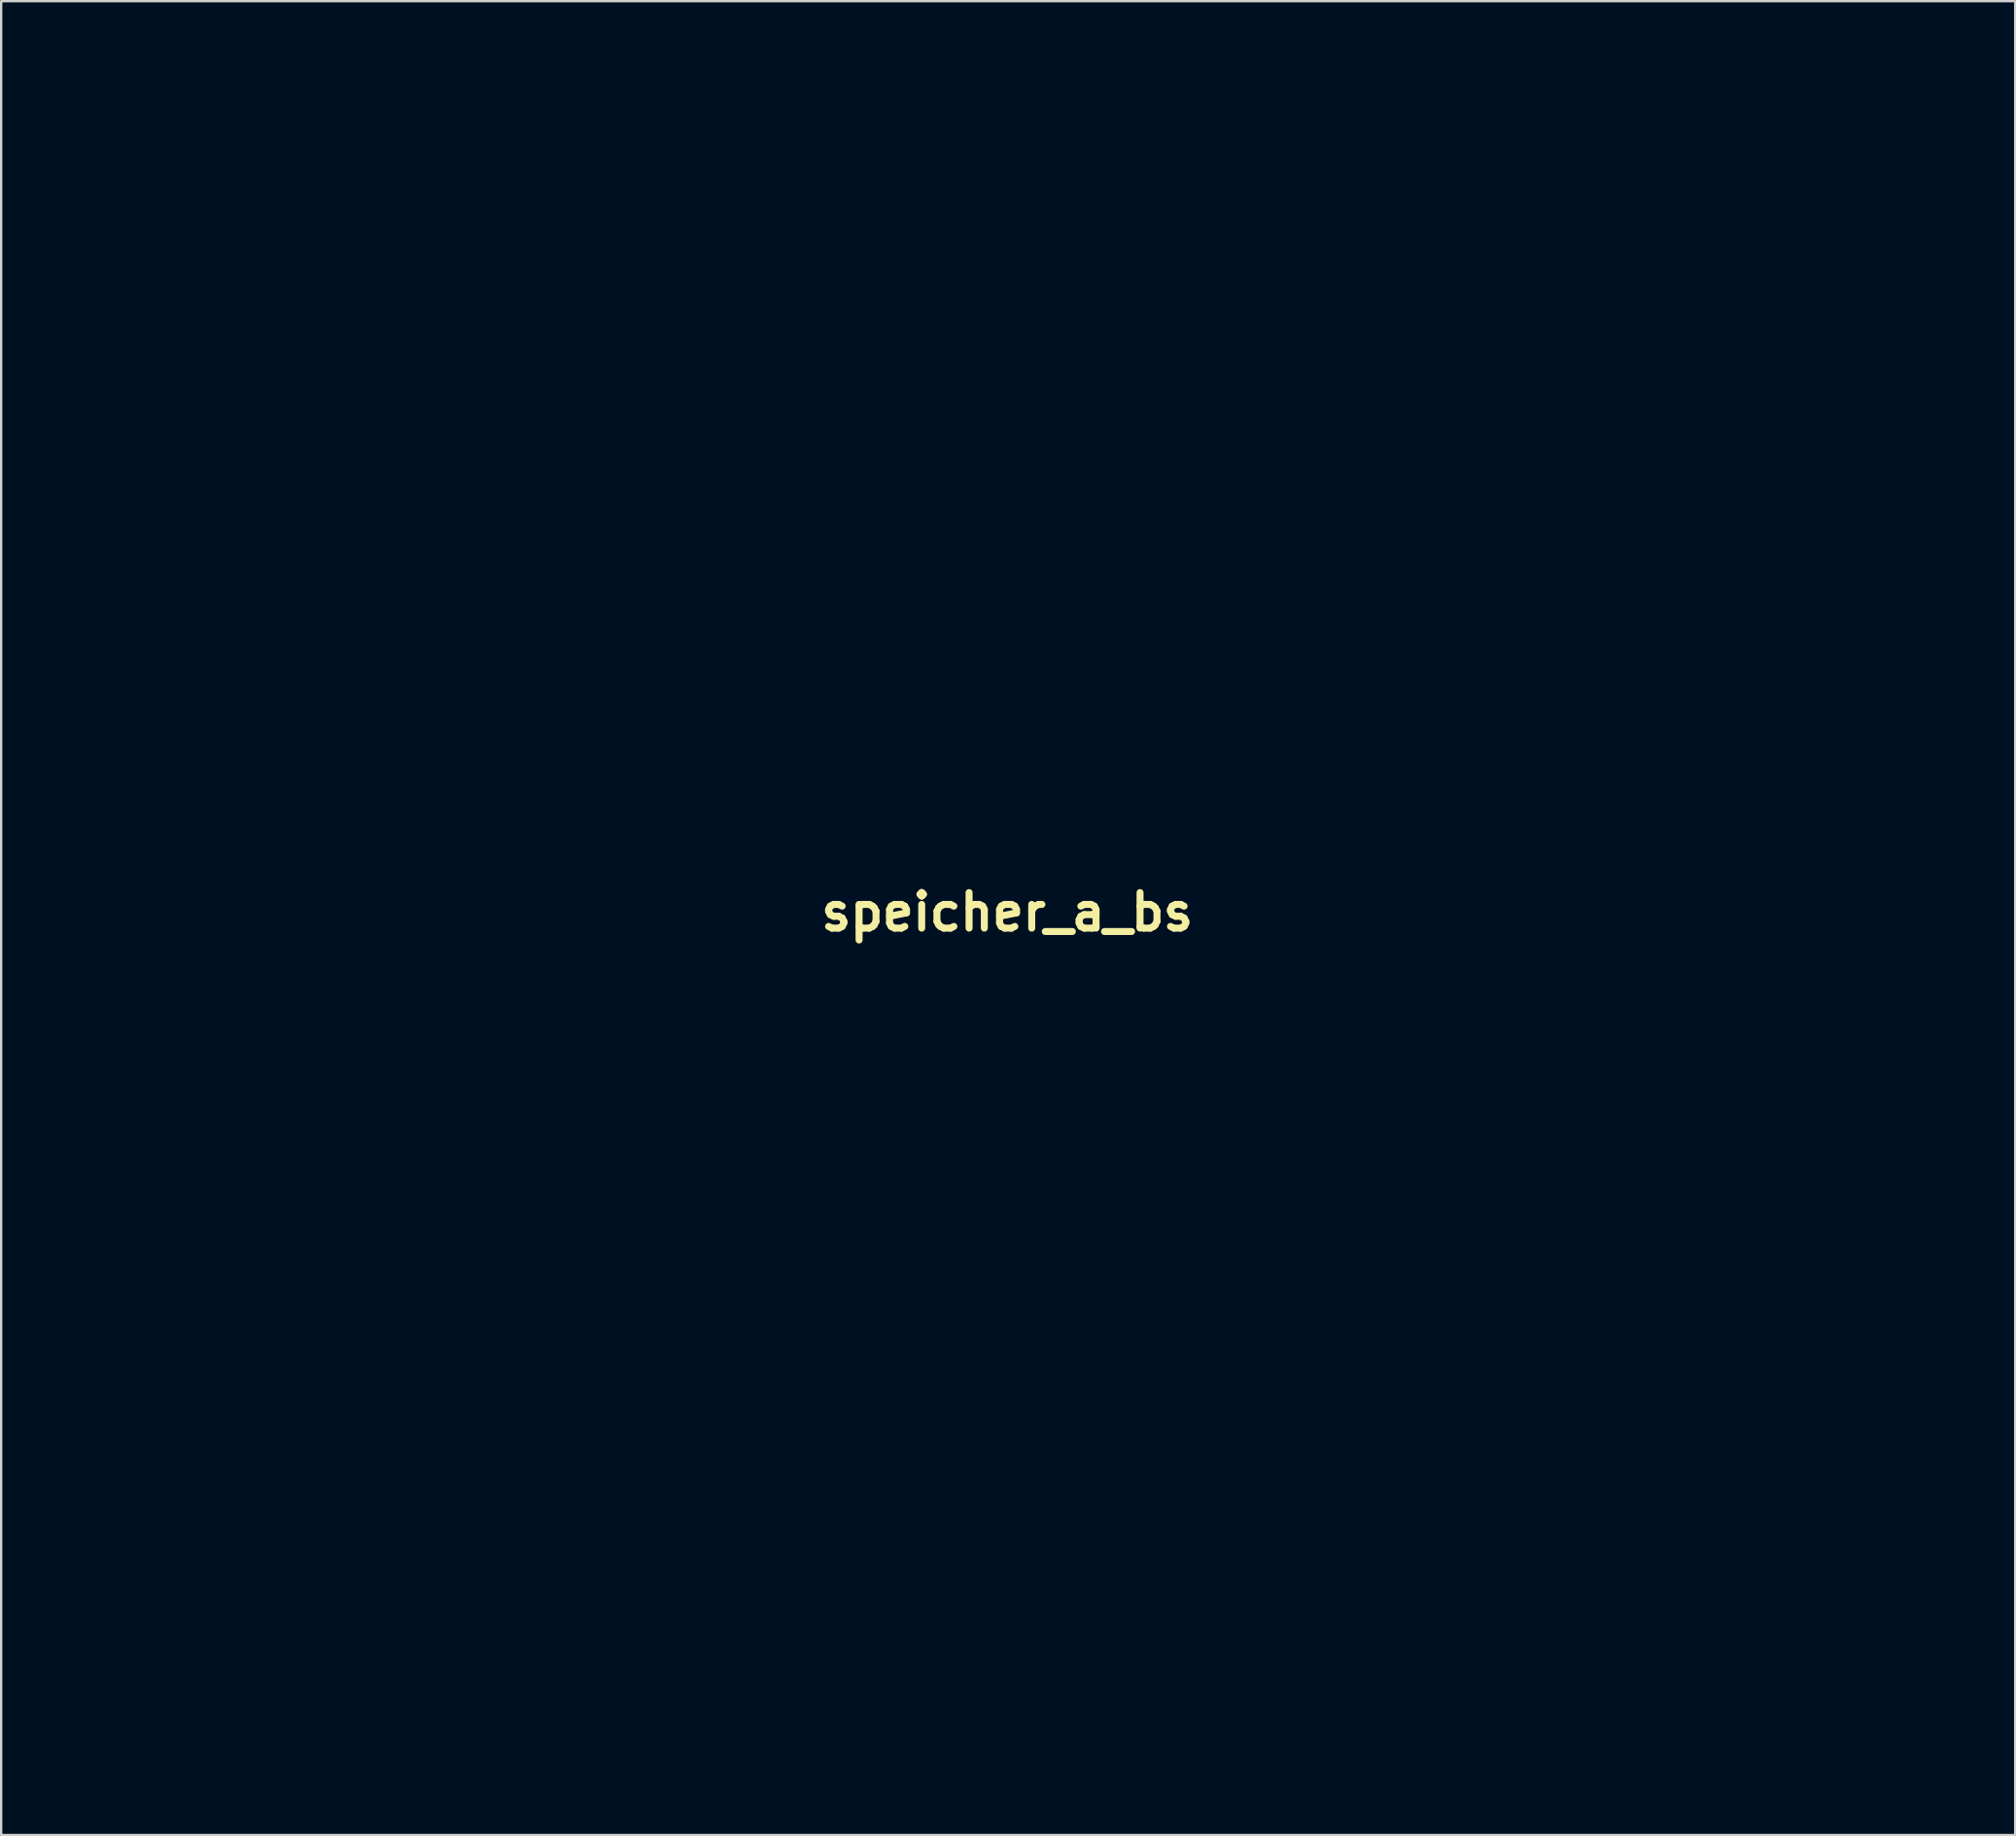
<source format=kicad_pcb>
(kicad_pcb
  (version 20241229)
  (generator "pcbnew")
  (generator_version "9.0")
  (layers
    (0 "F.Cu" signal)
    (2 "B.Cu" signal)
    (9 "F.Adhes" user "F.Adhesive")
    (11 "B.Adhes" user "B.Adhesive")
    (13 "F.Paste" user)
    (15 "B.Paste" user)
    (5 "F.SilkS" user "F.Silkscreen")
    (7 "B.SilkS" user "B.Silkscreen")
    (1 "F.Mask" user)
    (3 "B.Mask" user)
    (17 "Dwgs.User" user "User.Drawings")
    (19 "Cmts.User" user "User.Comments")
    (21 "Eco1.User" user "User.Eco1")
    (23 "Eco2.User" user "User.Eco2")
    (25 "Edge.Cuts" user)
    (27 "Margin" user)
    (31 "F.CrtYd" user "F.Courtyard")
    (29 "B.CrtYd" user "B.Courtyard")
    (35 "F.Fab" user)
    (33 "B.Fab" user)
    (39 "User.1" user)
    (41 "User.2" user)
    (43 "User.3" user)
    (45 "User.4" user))
  (footprint "speicher_a_bs"
    (layer "F.Cu")
    (at 40.133 36.058)
    (property "Reference" "speicher_a_bs" (at 0 0 0) (layer "F.SilkS") (effects (font (size 1.524 1.524) (thickness 0.3))))
    (attr through_hole)
    (fp_poly (pts (xy -19.438 -2.874) (xy -19.406 -2.749) (xy -19.457 -2.54) (xy -19.585 -2.494) (xy -19.694 -2.564) (xy -19.805 -2.756) (xy -19.757 -2.902) (xy -19.609 -2.946) (xy -19.438 -2.874)) (stroke (width 0.01) (type solid)) (fill no) (layer "Eco2.User"))
    (fp_poly (pts (xy -0.981 -22.201) (xy -0.915 -21.981) (xy -0.914 -21.946) (xy -0.969 -21.707) (xy -1.108 -21.643) (xy -1.298 -21.767) (xy -1.321 -21.793) (xy -1.396 -21.956) (xy -1.321 -22.098) (xy -1.128 -22.244) (xy -0.981 -22.201)) (stroke (width 0.01) (type solid)) (fill no) (layer "Eco2.User"))
    (fp_poly (pts (xy -9.476 -1.674) (xy -9.351 -1.473) (xy -9.23 -1.251) (xy -9.147 -1.122) (xy -9.143 -1.118) (xy -9.072 -0.983) (xy -8.978 -0.738) (xy -8.892 -0.468) (xy -8.843 -0.26) (xy -8.839 -0.221) (xy -8.906 -0.115) (xy -9.046 -0.12) (xy -9.169 -0.228) (xy -9.181 -0.254) (xy -9.321 -0.37) (xy -9.568 -0.401) (xy -9.843 -0.348) (xy -10.014 -0.257) (xy -10.217 -0.126) (xy -10.339 -0.121) (xy -10.381 -0.153) (xy -10.375 -0.267) (xy -10.313 -0.523) (xy -10.208 -0.873) (xy -10.205 -0.882) (xy -9.746 -0.882) (xy -9.686 -0.779) (xy -9.541 -0.714) (xy -9.457 -0.828) (xy -9.449 -0.914) (xy -9.512 -1.08) (xy -9.601 -1.118) (xy -9.729 -1.042) (xy -9.746 -0.882) (xy -10.205 -0.882) (xy -10.169 -0.991) (xy -9.987 -1.457) (xy -9.814 -1.724) (xy -9.646 -1.796) (xy -9.476 -1.674)) (stroke (width 0.01) (type solid)) (fill no) (layer "Eco2.User"))
    (fp_poly (pts (xy 16.989 14.049) (xy 17.29 14.246) (xy 17.481 14.609) (xy 17.486 14.627) (xy 17.546 15.081) (xy 17.425 15.443) (xy 17.123 15.712) (xy 16.956 15.791) (xy 16.622 15.911) (xy 16.397 15.939) (xy 16.206 15.877) (xy 16.075 15.793) (xy 15.797 15.505) (xy 15.633 15.146) (xy 15.628 15.046) (xy 15.875 15.046) (xy 15.962 15.266) (xy 16.052 15.418) (xy 16.295 15.678) (xy 16.58 15.743) (xy 16.888 15.609) (xy 16.891 15.606) (xy 17.109 15.346) (xy 17.21 15.024) (xy 17.197 14.7) (xy 17.073 14.43) (xy 16.84 14.272) (xy 16.826 14.269) (xy 16.47 14.235) (xy 16.21 14.361) (xy 16.043 14.58) (xy 15.902 14.849) (xy 15.875 15.046) (xy 15.628 15.046) (xy 15.615 14.816) (xy 15.774 14.473) (xy 16.069 14.191) (xy 16.434 14.026) (xy 16.561 14.007) (xy 16.989 14.049)) (stroke (width 0.01) (type solid)) (fill no) (layer "Eco2.User"))
    (fp_poly (pts (xy 14.728 13.953) (xy 14.93 14.075) (xy 15.042 14.316) (xy 15.084 14.707) (xy 15.083 15.033) (xy 15.054 15.441) (xy 14.999 15.716) (xy 14.927 15.839) (xy 14.849 15.793) (xy 14.778 15.577) (xy 14.705 15.272) (xy 14.635 15.124) (xy 14.528 15.09) (xy 14.357 15.127) (xy 14.126 15.25) (xy 14.039 15.475) (xy 13.968 15.679) (xy 13.862 15.748) (xy 13.788 15.705) (xy 13.743 15.555) (xy 13.721 15.263) (xy 13.716 14.895) (xy 13.723 14.46) (xy 14.042 14.46) (xy 14.115 14.672) (xy 14.123 14.682) (xy 14.269 14.813) (xy 14.419 14.797) (xy 14.577 14.696) (xy 14.708 14.515) (xy 14.668 14.341) (xy 14.482 14.235) (xy 14.376 14.224) (xy 14.139 14.292) (xy 14.042 14.46) (xy 13.723 14.46) (xy 13.723 14.445) (xy 13.762 14.16) (xy 13.86 14.003) (xy 14.044 13.935) (xy 14.343 13.919) (xy 14.42 13.919) (xy 14.728 13.953)) (stroke (width 0.01) (type solid)) (fill no) (layer "Eco2.User"))
    (fp_poly (pts (xy -6.201 -1.737) (xy -6.126 -1.5) (xy -6.074 -1.174) (xy -6.048 -0.816) (xy -6.053 -0.485) (xy -6.093 -0.237) (xy -6.166 -0.13) (xy -6.259 -0.19) (xy -6.315 -0.422) (xy -6.318 -0.453) (xy -6.373 -0.736) (xy -6.471 -0.821) (xy -6.612 -0.707) (xy -6.759 -0.463) (xy -6.946 -0.157) (xy -7.098 -0.045) (xy -7.235 -0.126) (xy -7.374 -0.398) (xy -7.375 -0.399) (xy -7.528 -0.69) (xy -7.67 -0.8) (xy -7.782 -0.726) (xy -7.842 -0.483) (xy -7.892 -0.228) (xy -7.963 -0.16) (xy -8.039 -0.263) (xy -8.104 -0.525) (xy -8.129 -0.728) (xy -8.145 -1.248) (xy -8.095 -1.599) (xy -7.986 -1.775) (xy -7.83 -1.769) (xy -7.635 -1.574) (xy -7.434 -1.23) (xy -7.231 -0.872) (xy -7.068 -0.713) (xy -6.936 -0.751) (xy -6.825 -0.986) (xy -6.762 -1.237) (xy -6.655 -1.508) (xy -6.485 -1.728) (xy -6.307 -1.828) (xy -6.294 -1.829) (xy -6.201 -1.737)) (stroke (width 0.01) (type solid)) (fill no) (layer "Eco2.User"))
    (fp_poly (pts (xy -11.725 -1.891) (xy -11.446 -1.826) (xy -11.276 -1.726) (xy -11.268 -1.716) (xy -11.216 -1.541) (xy -11.177 -1.24) (xy -11.162 -0.991) (xy -11.151 -0.651) (xy -11.141 -0.388) (xy -11.135 -0.288) (xy -11.205 -0.151) (xy -11.252 -0.127) (xy -11.352 -0.176) (xy -11.379 -0.335) (xy -11.446 -0.626) (xy -11.614 -0.775) (xy -11.835 -0.778) (xy -12.06 -0.629) (xy -12.202 -0.415) (xy -12.32 -0.22) (xy -12.414 -0.164) (xy -12.431 -0.179) (xy -12.476 -0.352) (xy -12.505 -0.658) (xy -12.518 -1.026) (xy -12.513 -1.383) (xy -12.168 -1.383) (xy -12.085 -1.196) (xy -12.037 -1.154) (xy -11.875 -1.042) (xy -11.778 -1.047) (xy -11.64 -1.176) (xy -11.637 -1.179) (xy -11.549 -1.369) (xy -11.629 -1.535) (xy -11.843 -1.622) (xy -11.903 -1.626) (xy -12.1 -1.552) (xy -12.168 -1.383) (xy -12.513 -1.383) (xy -12.513 -1.39) (xy -12.49 -1.679) (xy -12.454 -1.815) (xy -12.304 -1.892) (xy -12.036 -1.915) (xy -11.725 -1.891)) (stroke (width 0.01) (type solid)) (fill no) (layer "Eco2.User"))
    (fp_poly (pts (xy -35.451 -32.166) (xy -35.13 -32.103) (xy -34.922 -31.972) (xy -34.798 -31.733) (xy -34.726 -31.344) (xy -34.71 -31.183) (xy -34.684 -30.695) (xy -34.718 -30.397) (xy -34.758 -30.315) (xy -34.935 -30.226) (xy -35.228 -30.182) (xy -35.553 -30.184) (xy -35.828 -30.234) (xy -35.946 -30.297) (xy -36.012 -30.468) (xy -36.055 -30.8) (xy -36.055 -30.808) (xy -35.763 -30.808) (xy -35.697 -30.585) (xy -35.544 -30.416) (xy -35.431 -30.378) (xy -35.278 -30.422) (xy -35.147 -30.484) (xy -34.975 -30.658) (xy -34.969 -30.86) (xy -35.12 -31.018) (xy -35.204 -31.048) (xy -35.519 -31.071) (xy -35.714 -30.967) (xy -35.763 -30.808) (xy -36.055 -30.808) (xy -36.068 -31.208) (xy -36.05 -31.675) (xy -36.033 -31.753) (xy -35.697 -31.753) (xy -35.688 -31.552) (xy -35.545 -31.405) (xy -35.338 -31.368) (xy -35.248 -31.398) (xy -35.091 -31.513) (xy -35.052 -31.581) (xy -35.131 -31.756) (xy -35.315 -31.864) (xy -35.524 -31.882) (xy -35.678 -31.79) (xy -35.697 -31.753) (xy -36.033 -31.753) (xy -35.984 -31.972) (xy -35.85 -32.129) (xy -35.628 -32.177) (xy -35.451 -32.166)) (stroke (width 0.01) (type solid)) (fill no) (layer "Eco2.User"))
    (fp_poly (pts (xy 20.03 14.166) (xy 20.079 14.546) (xy 20.095 14.869) (xy 20.104 15.313) (xy 20.09 15.583) (xy 20.051 15.709) (xy 19.994 15.724) (xy 19.906 15.602) (xy 19.845 15.337) (xy 19.832 15.207) (xy 19.8 14.928) (xy 19.754 14.757) (xy 19.73 14.732) (xy 19.657 14.819) (xy 19.545 15.042) (xy 19.455 15.257) (xy 19.29 15.624) (xy 19.144 15.802) (xy 19.006 15.802) (xy 18.926 15.726) (xy 18.825 15.549) (xy 18.709 15.276) (xy 18.687 15.215) (xy 18.586 14.974) (xy 18.5 14.842) (xy 18.482 14.834) (xy 18.382 14.925) (xy 18.311 15.163) (xy 18.288 15.452) (xy 18.258 15.662) (xy 18.186 15.748) (xy 18.129 15.656) (xy 18.093 15.419) (xy 18.079 15.091) (xy 18.085 14.729) (xy 18.111 14.388) (xy 18.154 14.124) (xy 18.214 13.994) (xy 18.221 13.99) (xy 18.413 14.001) (xy 18.594 14.193) (xy 18.77 14.573) (xy 18.871 14.878) (xy 18.964 15.099) (xy 19.059 15.209) (xy 19.148 15.141) (xy 19.288 14.931) (xy 19.451 14.624) (xy 19.459 14.606) (xy 19.669 14.206) (xy 19.83 13.998) (xy 19.949 13.984) (xy 20.03 14.166)) (stroke (width 0.01) (type solid)) (fill no) (layer "Eco2.User"))
    (fp_poly (pts (xy -13.32 -23.752) (xy -12.419 -23.745) (xy -11.516 -23.732) (xy -10.635 -23.716) (xy -9.802 -23.695) (xy -9.039 -23.67) (xy -8.373 -23.642) (xy -7.827 -23.61) (xy -7.425 -23.576) (xy -7.192 -23.538) (xy -7.152 -23.522) (xy -6.897 -23.245) (xy -6.774 -22.876) (xy -6.801 -22.492) (xy -6.853 -22.361) (xy -6.996 -22.129) (xy -7.165 -21.98) (xy -7.401 -21.903) (xy -7.743 -21.888) (xy -8.231 -21.924) (xy -8.42 -21.944) (xy -8.763 -21.971) (xy -9.276 -21.997) (xy -9.929 -22.021) (xy -10.688 -22.041) (xy -11.521 -22.058) (xy -12.398 -22.071) (xy -13.015 -22.076) (xy -13.986 -22.081) (xy -14.775 -22.082) (xy -15.405 -22.079) (xy -15.897 -22.07) (xy -16.273 -22.056) (xy -16.554 -22.034) (xy -16.763 -22.005) (xy -16.921 -21.968) (xy -17.028 -21.93) (xy -17.309 -21.831) (xy -17.507 -21.82) (xy -17.72 -21.896) (xy -17.763 -21.917) (xy -18.06 -22.156) (xy -18.21 -22.479) (xy -18.217 -22.839) (xy -18.089 -23.189) (xy -17.833 -23.481) (xy -17.526 -23.645) (xy -17.321 -23.68) (xy -16.944 -23.707) (xy -16.418 -23.728) (xy -15.768 -23.742) (xy -15.019 -23.751) (xy -14.195 -23.754) (xy -13.32 -23.752)) (stroke (width 0.01) (type solid)) (fill no) (layer "Eco2.User"))
    (fp_poly (pts (xy 35.081 -10.693) (xy 35.358 -10.462) (xy 35.511 -10.072) (xy 35.532 -9.934) (xy 35.55 -9.625) (xy 35.498 -9.424) (xy 35.348 -9.243) (xy 35.304 -9.201) (xy 34.971 -8.989) (xy 34.617 -8.966) (xy 34.213 -9.13) (xy 34.168 -9.156) (xy 34.043 -9.226) (xy 33.901 -9.28) (xy 33.714 -9.321) (xy 33.455 -9.352) (xy 33.094 -9.376) (xy 32.605 -9.395) (xy 31.959 -9.413) (xy 31.45 -9.424) (xy 30.762 -9.437) (xy 30.13 -9.442) (xy 29.586 -9.441) (xy 29.162 -9.434) (xy 28.892 -9.421) (xy 28.821 -9.411) (xy 28.582 -9.302) (xy 28.304 -9.108) (xy 28.228 -9.042) (xy 27.935 -8.826) (xy 27.65 -8.757) (xy 27.296 -8.821) (xy 27.178 -8.86) (xy 26.74 -9.094) (xy 26.469 -9.418) (xy 26.377 -9.81) (xy 26.467 -10.228) (xy 26.639 -10.519) (xy 26.882 -10.684) (xy 27.236 -10.741) (xy 27.67 -10.715) (xy 28.195 -10.609) (xy 28.552 -10.427) (xy 28.572 -10.411) (xy 28.665 -10.338) (xy 28.766 -10.282) (xy 28.903 -10.241) (xy 29.102 -10.211) (xy 29.39 -10.192) (xy 29.794 -10.179) (xy 30.339 -10.172) (xy 31.053 -10.167) (xy 31.296 -10.166) (xy 33.744 -10.152) (xy 34.032 -10.461) (xy 34.312 -10.69) (xy 34.616 -10.768) (xy 34.675 -10.77) (xy 35.081 -10.693)) (stroke (width 0.01) (type solid)) (fill no) (layer "Eco2.User"))
    (fp_poly (pts (xy -2.603 1.971) (xy -2.309 2.096) (xy -2.073 2.294) (xy -2.006 2.363) (xy -1.919 2.426) (xy -1.799 2.481) (xy -1.638 2.531) (xy -1.425 2.575) (xy -1.149 2.613) (xy -0.8 2.647) (xy -0.368 2.676) (xy 0.157 2.7) (xy 0.787 2.721) (xy 1.53 2.738) (xy 2.398 2.751) (xy 3.401 2.762) (xy 4.549 2.771) (xy 5.852 2.777) (xy 7.321 2.781) (xy 8.967 2.784) (xy 10.798 2.786) (xy 12.048 2.787) (xy 23.639 2.794) (xy 24.061 2.502) (xy 24.372 2.317) (xy 24.621 2.255) (xy 24.798 2.272) (xy 25.165 2.44) (xy 25.408 2.75) (xy 25.498 3.164) (xy 25.423 3.578) (xy 25.19 3.865) (xy 24.804 4.019) (xy 24.731 4.031) (xy 24.455 4.049) (xy 24.267 3.983) (xy 24.075 3.796) (xy 24.032 3.745) (xy 23.744 3.404) (xy 10.896 3.424) (xy 8.998 3.428) (xy 7.293 3.431) (xy 5.77 3.435) (xy 4.419 3.439) (xy 3.23 3.444) (xy 2.193 3.45) (xy 1.296 3.456) (xy 0.531 3.463) (xy -0.115 3.472) (xy -0.65 3.482) (xy -1.086 3.493) (xy -1.432 3.506) (xy -1.7 3.521) (xy -1.899 3.537) (xy -2.039 3.556) (xy -2.132 3.577) (xy -2.188 3.6) (xy -2.192 3.602) (xy -2.571 3.749) (xy -2.948 3.725) (xy -3.274 3.555) (xy -3.502 3.262) (xy -3.586 2.905) (xy -3.562 2.617) (xy -3.439 2.393) (xy -3.259 2.212) (xy -3.003 2.018) (xy -2.785 1.954) (xy -2.603 1.971)) (stroke (width 0.01) (type solid)) (fill no) (layer "Eco2.User"))
    (fp_poly (pts (xy 2.6 15.026) (xy 2.884 15.261) (xy 3.085 15.58) (xy 3.15 15.884) (xy 3.057 16.244) (xy 2.808 16.537) (xy 2.449 16.721) (xy 2.151 16.765) (xy 1.976 16.78) (xy 1.804 16.842) (xy 1.6 16.973) (xy 1.33 17.197) (xy 0.96 17.537) (xy 0.864 17.627) (xy -0.051 18.488) (xy -3.302 18.492) (xy -5.302 18.498) (xy -7.345 18.508) (xy -9.394 18.522) (xy -11.413 18.541) (xy -13.369 18.564) (xy -15.224 18.59) (xy -16.945 18.619) (xy -18.376 18.648) (xy -19.325 18.669) (xy -20.092 18.688) (xy -20.698 18.706) (xy -21.165 18.724) (xy -21.515 18.746) (xy -21.767 18.771) (xy -21.944 18.803) (xy -22.067 18.842) (xy -22.157 18.891) (xy -22.235 18.951) (xy -22.252 18.965) (xy -22.622 19.166) (xy -23.004 19.183) (xy -23.354 19.016) (xy -23.423 18.953) (xy -23.631 18.615) (xy -23.666 18.226) (xy -23.529 17.845) (xy -23.441 17.725) (xy -23.129 17.501) (xy -22.762 17.445) (xy -22.401 17.558) (xy -22.199 17.72) (xy -21.954 17.985) (xy -14.66 17.932) (xy -13.428 17.922) (xy -12.232 17.911) (xy -11.09 17.9) (xy -10.022 17.887) (xy -9.048 17.875) (xy -8.186 17.862) (xy -7.456 17.85) (xy -6.878 17.838) (xy -6.47 17.827) (xy -6.299 17.82) (xy -5.88 17.803) (xy -5.304 17.789) (xy -4.618 17.779) (xy -3.868 17.773) (xy -3.101 17.772) (xy -2.794 17.773) (xy -2.033 17.773) (xy -1.374 17.765) (xy -0.838 17.749) (xy -0.451 17.726) (xy -0.235 17.698) (xy -0.203 17.687) (xy -0.07 17.575) (xy 0.167 17.354) (xy 0.47 17.061) (xy 0.685 16.846) (xy 1.047 16.467) (xy 1.275 16.187) (xy 1.392 15.974) (xy 1.422 15.816) (xy 1.508 15.516) (xy 1.726 15.226) (xy 2.012 15.012) (xy 2.286 14.935) (xy 2.6 15.026)) (stroke (width 0.01) (type solid)) (fill no) (layer "Eco2.User"))
    (fp_poly (pts (xy -2.306 -23.442) (xy -2.076 -23.21) (xy -1.973 -23.007) (xy -1.855 -22.66) (xy -1.861 -22.407) (xy -2.003 -22.171) (xy -2.133 -22.032) (xy -2.438 -21.727) (xy -4.216 -21.865) (xy -5.131 -21.421) (xy -5.639 -21.17) (xy -6.188 -20.894) (xy -6.68 -20.641) (xy -6.807 -20.574) (xy -7.39 -20.312) (xy -8.114 -20.056) (xy -8.839 -19.85) (xy -9.402 -19.703) (xy -9.972 -19.55) (xy -10.478 -19.408) (xy -10.82 -19.307) (xy -11.338 -19.148) (xy -11.849 -18.992) (xy -12.398 -18.825) (xy -13.032 -18.635) (xy -13.796 -18.406) (xy -14.173 -18.294) (xy -14.829 -18.094) (xy -15.314 -17.932) (xy -15.653 -17.795) (xy -15.871 -17.668) (xy -15.993 -17.539) (xy -16.045 -17.393) (xy -16.053 -17.275) (xy -16.136 -16.904) (xy -16.387 -16.639) (xy -16.811 -16.476) (xy -17.161 -16.426) (xy -17.523 -16.404) (xy -17.752 -16.423) (xy -17.917 -16.498) (xy -18.087 -16.649) (xy -18.101 -16.663) (xy -18.334 -17.002) (xy -18.379 -17.383) (xy -18.293 -17.716) (xy -18.173 -17.926) (xy -17.976 -18.072) (xy -17.667 -18.167) (xy -17.209 -18.225) (xy -16.906 -18.244) (xy -16.413 -18.291) (xy -15.913 -18.372) (xy -15.503 -18.471) (xy -15.464 -18.484) (xy -15.191 -18.572) (xy -14.761 -18.705) (xy -14.216 -18.87) (xy -13.592 -19.057) (xy -12.931 -19.253) (xy -12.769 -19.301) (xy -12.069 -19.51) (xy -11.365 -19.724) (xy -10.704 -19.93) (xy -10.137 -20.111) (xy -9.71 -20.254) (xy -9.67 -20.268) (xy -9.196 -20.43) (xy -8.739 -20.578) (xy -8.368 -20.691) (xy -8.23 -20.73) (xy -7.932 -20.831) (xy -7.527 -21.002) (xy -7.085 -21.213) (xy -6.909 -21.303) (xy -6.396 -21.575) (xy -5.823 -21.879) (xy -5.298 -22.157) (xy -5.212 -22.203) (xy -4.787 -22.452) (xy -4.387 -22.728) (xy -4.08 -22.982) (xy -4.012 -23.051) (xy -3.75 -23.307) (xy -3.498 -23.445) (xy -3.156 -23.517) (xy -3.105 -23.524) (xy -2.636 -23.541) (xy -2.306 -23.442)) (stroke (width 0.01) (type solid)) (fill no) (layer "Eco2.User"))
    (fp_poly (pts (xy -3.077 -18.551) (xy -3.021 -18.545) (xy -2.617 -18.482) (xy -2.351 -18.382) (xy -2.159 -18.224) (xy -1.964 -17.871) (xy -1.946 -17.475) (xy -2.105 -17.091) (xy -2.176 -16.998) (xy -2.323 -16.846) (xy -2.474 -16.764) (xy -2.692 -16.734) (xy -3.041 -16.739) (xy -3.105 -16.741) (xy -3.814 -16.693) (xy -4.643 -16.499) (xy -5.573 -16.162) (xy -5.919 -16.012) (xy -6.245 -15.875) (xy -6.694 -15.699) (xy -7.197 -15.513) (xy -7.518 -15.398) (xy -7.994 -15.231) (xy -8.599 -15.018) (xy -9.268 -14.781) (xy -9.941 -14.543) (xy -10.262 -14.43) (xy -10.967 -14.18) (xy -11.755 -13.901) (xy -12.544 -13.624) (xy -13.252 -13.376) (xy -13.462 -13.302) (xy -14.24 -13.028) (xy -14.849 -12.804) (xy -15.312 -12.62) (xy -15.652 -12.465) (xy -15.894 -12.327) (xy -16.062 -12.195) (xy -16.178 -12.057) (xy -16.217 -11.996) (xy -16.417 -11.76) (xy -16.646 -11.626) (xy -16.661 -11.622) (xy -16.965 -11.539) (xy -17.15 -11.474) (xy -17.521 -11.386) (xy -17.836 -11.471) (xy -18.093 -11.676) (xy -18.33 -12.031) (xy -18.401 -12.419) (xy -18.304 -12.788) (xy -18.142 -12.999) (xy -17.779 -13.221) (xy -17.328 -13.337) (xy -16.873 -13.33) (xy -16.608 -13.25) (xy -16.48 -13.198) (xy -16.343 -13.168) (xy -16.175 -13.165) (xy -15.955 -13.194) (xy -15.661 -13.262) (xy -15.273 -13.373) (xy -14.768 -13.532) (xy -14.127 -13.746) (xy -13.327 -14.018) (xy -12.802 -14.198) (xy -11.994 -14.476) (xy -11.085 -14.788) (xy -10.149 -15.109) (xy -9.261 -15.414) (xy -8.549 -15.657) (xy -7.908 -15.88) (xy -7.308 -16.094) (xy -6.783 -16.287) (xy -6.371 -16.446) (xy -6.105 -16.557) (xy -6.065 -16.577) (xy -5.717 -16.737) (xy -5.301 -16.905) (xy -5.096 -16.979) (xy -4.685 -17.135) (xy -4.434 -17.277) (xy -4.308 -17.438) (xy -4.268 -17.65) (xy -4.267 -17.699) (xy -4.167 -18.043) (xy -3.96 -18.306) (xy -3.78 -18.473) (xy -3.62 -18.557) (xy -3.409 -18.577) (xy -3.077 -18.551)) (stroke (width 0.01) (type solid)) (fill no) (layer "Eco2.User"))
    (fp_poly (pts (xy -2.268 15.103) (xy -2.137 15.186) (xy -1.959 15.462) (xy -1.873 15.833) (xy -1.897 16.205) (xy -1.924 16.289) (xy -2.103 16.534) (xy -2.396 16.743) (xy -2.715 16.858) (xy -2.805 16.866) (xy -2.966 16.796) (xy -3.2 16.616) (xy -3.38 16.443) (xy -3.783 16.02) (xy -10.349 16.012) (xy -11.64 16.011) (xy -12.991 16.012) (xy -14.368 16.016) (xy -15.736 16.02) (xy -17.061 16.027) (xy -18.309 16.034) (xy -19.445 16.043) (xy -20.436 16.053) (xy -21.002 16.06) (xy -25.087 16.116) (xy -25.432 16.364) (xy -25.69 16.564) (xy -26.02 16.839) (xy -26.313 17.097) (xy -26.596 17.363) (xy -26.759 17.561) (xy -26.836 17.755) (xy -26.864 18.009) (xy -26.867 18.101) (xy -26.896 18.438) (xy -26.98 18.655) (xy -27.152 18.834) (xy -27.183 18.86) (xy -27.537 19.061) (xy -27.876 19.071) (xy -28.092 18.983) (xy -28.389 18.746) (xy -28.529 18.418) (xy -28.55 18.162) (xy -28.467 17.767) (xy -28.244 17.463) (xy -27.92 17.293) (xy -27.746 17.272) (xy -27.503 17.232) (xy -27.361 17.142) (xy -27.251 17.026) (xy -27.02 16.817) (xy -26.706 16.549) (xy -26.469 16.354) (xy -26.103 16.056) (xy -25.778 15.787) (xy -25.538 15.585) (xy -25.453 15.51) (xy -25.321 15.416) (xy -25.151 15.367) (xy -24.889 15.358) (xy -24.484 15.38) (xy -24.435 15.384) (xy -24.112 15.401) (xy -23.62 15.414) (xy -22.956 15.424) (xy -22.117 15.431) (xy -21.098 15.435) (xy -19.898 15.436) (xy -18.511 15.433) (xy -16.935 15.427) (xy -15.167 15.418) (xy -13.202 15.406) (xy -11.037 15.391) (xy -10.973 15.39) (xy -9.911 15.383) (xy -8.879 15.375) (xy -7.901 15.369) (xy -7.001 15.363) (xy -6.203 15.359) (xy -5.53 15.355) (xy -5.008 15.353) (xy -4.658 15.353) (xy -4.604 15.353) (xy -4.077 15.345) (xy -3.71 15.315) (xy -3.461 15.259) (xy -3.311 15.186) (xy -2.978 15.053) (xy -2.602 15.026) (xy -2.268 15.103)) (stroke (width 0.01) (type solid)) (fill no) (layer "Eco2.User"))
    (fp_poly (pts (xy -25.806 12.818) (xy -25.471 12.828) (xy -24.949 12.837) (xy -24.255 12.845) (xy -23.408 12.852) (xy -22.422 12.858) (xy -21.313 12.862) (xy -20.099 12.865) (xy -18.795 12.866) (xy -17.417 12.866) (xy -15.982 12.865) (xy -14.506 12.862) (xy -13.462 12.859) (xy -2.794 12.824) (xy -1.714 13.936) (xy -1.266 14.389) (xy -0.93 14.707) (xy -0.685 14.907) (xy -0.509 15.007) (xy -0.393 15.027) (xy 0.103 15.046) (xy 0.456 15.202) (xy 0.66 15.49) (xy 0.711 15.811) (xy 0.634 16.137) (xy 0.439 16.444) (xy 0.176 16.674) (xy -0.103 16.764) (xy -0.104 16.764) (xy -0.409 16.688) (xy -0.687 16.496) (xy -0.874 16.244) (xy -0.914 16.071) (xy -0.947 15.93) (xy -1.058 15.742) (xy -1.265 15.487) (xy -1.586 15.141) (xy -2.039 14.683) (xy -2.066 14.656) (xy -2.5 14.227) (xy -2.82 13.922) (xy -3.054 13.719) (xy -3.233 13.598) (xy -3.385 13.537) (xy -3.539 13.516) (xy -3.666 13.514) (xy -3.85 13.514) (xy -4.217 13.514) (xy -4.747 13.513) (xy -5.42 13.511) (xy -6.216 13.51) (xy -7.116 13.508) (xy -8.098 13.505) (xy -9.143 13.503) (xy -9.855 13.501) (xy -11.158 13.5) (xy -12.612 13.501) (xy -14.168 13.504) (xy -15.775 13.509) (xy -17.382 13.517) (xy -18.938 13.526) (xy -20.392 13.537) (xy -21.488 13.547) (xy -27.381 13.607) (xy -28.308 14.575) (xy -28.708 15.003) (xy -28.985 15.324) (xy -29.16 15.572) (xy -29.258 15.78) (xy -29.298 15.943) (xy -29.445 16.332) (xy -29.713 16.61) (xy -30.057 16.75) (xy -30.431 16.729) (xy -30.617 16.649) (xy -30.781 16.484) (xy -30.934 16.226) (xy -30.948 16.195) (xy -31.035 15.928) (xy -31.019 15.703) (xy -30.943 15.493) (xy -30.714 15.164) (xy -30.355 14.981) (xy -29.953 14.935) (xy -29.809 14.914) (xy -29.646 14.836) (xy -29.437 14.681) (xy -29.156 14.427) (xy -28.776 14.054) (xy -28.563 13.838) (xy -27.483 12.741) (xy -25.806 12.818)) (stroke (width 0.01) (type solid)) (fill no) (layer "Eco2.User"))
    (fp_poly (pts (xy -2.476 -21.07) (xy -2.206 -20.928) (xy -1.948 -20.609) (xy -1.868 -20.224) (xy -1.976 -19.822) (xy -2.232 -19.489) (xy -2.576 -19.334) (xy -2.933 -19.331) (xy -3.164 -19.315) (xy -3.538 -19.239) (xy -4.011 -19.117) (xy -4.536 -18.963) (xy -5.067 -18.791) (xy -5.559 -18.615) (xy -5.967 -18.449) (xy -6.173 -18.348) (xy -6.355 -18.268) (xy -6.695 -18.139) (xy -7.157 -17.972) (xy -7.706 -17.781) (xy -8.307 -17.578) (xy -8.331 -17.57) (xy -9.069 -17.322) (xy -9.885 -17.043) (xy -10.704 -16.759) (xy -11.451 -16.496) (xy -11.836 -16.357) (xy -12.485 -16.124) (xy -13.172 -15.879) (xy -13.83 -15.647) (xy -14.391 -15.451) (xy -14.58 -15.386) (xy -15.11 -15.202) (xy -15.483 -15.06) (xy -15.734 -14.939) (xy -15.899 -14.817) (xy -16.014 -14.672) (xy -16.114 -14.483) (xy -16.138 -14.433) (xy -16.261 -14.215) (xy -16.409 -14.095) (xy -16.656 -14.032) (xy -16.831 -14.008) (xy -17.147 -13.961) (xy -17.38 -13.91) (xy -17.448 -13.885) (xy -17.592 -13.889) (xy -17.83 -13.971) (xy -17.89 -14) (xy -18.199 -14.251) (xy -18.356 -14.587) (xy -18.363 -14.957) (xy -18.22 -15.311) (xy -17.928 -15.6) (xy -17.867 -15.637) (xy -17.698 -15.711) (xy -17.505 -15.735) (xy -17.227 -15.709) (xy -16.875 -15.648) (xy -16.629 -15.605) (xy -16.41 -15.58) (xy -16.192 -15.579) (xy -15.946 -15.61) (xy -15.645 -15.678) (xy -15.261 -15.789) (xy -14.766 -15.95) (xy -14.133 -16.166) (xy -13.411 -16.417) (xy -12.968 -16.571) (xy -12.393 -16.769) (xy -11.75 -16.991) (xy -11.1 -17.214) (xy -10.82 -17.309) (xy -9.628 -17.721) (xy -8.522 -18.108) (xy -7.527 -18.462) (xy -6.664 -18.777) (xy -5.955 -19.044) (xy -5.537 -19.207) (xy -5.136 -19.368) (xy -4.784 -19.508) (xy -4.542 -19.602) (xy -4.499 -19.619) (xy -4.305 -19.778) (xy -4.219 -19.961) (xy -4.153 -20.278) (xy -4.112 -20.476) (xy -3.96 -20.751) (xy -3.665 -20.961) (xy -3.284 -21.093) (xy -2.869 -21.134) (xy -2.476 -21.07)) (stroke (width 0.01) (type solid)) (fill no) (layer "Eco2.User"))
    (fp_poly (pts (xy -2.769 -13.544) (xy -2.342 -13.338) (xy -2.035 -12.976) (xy -1.971 -12.843) (xy -1.872 -12.49) (xy -1.928 -12.203) (xy -2.155 -11.916) (xy -2.194 -11.878) (xy -2.349 -11.754) (xy -2.525 -11.68) (xy -2.779 -11.643) (xy -3.166 -11.63) (xy -3.285 -11.63) (xy -3.859 -11.602) (xy -4.387 -11.51) (xy -4.978 -11.337) (xy -5.376 -11.199) (xy -5.702 -11.076) (xy -5.907 -10.989) (xy -5.945 -10.967) (xy -5.998 -10.935) (xy -6.103 -10.888) (xy -6.273 -10.819) (xy -6.524 -10.724) (xy -6.868 -10.598) (xy -7.321 -10.435) (xy -7.897 -10.231) (xy -8.61 -9.98) (xy -9.474 -9.677) (xy -10.503 -9.317) (xy -11.532 -8.958) (xy -12.6 -8.584) (xy -13.494 -8.268) (xy -14.231 -8.001) (xy -14.829 -7.779) (xy -15.305 -7.592) (xy -15.677 -7.434) (xy -15.963 -7.299) (xy -16.181 -7.177) (xy -16.348 -7.064) (xy -16.462 -6.969) (xy -16.833 -6.671) (xy -17.192 -6.443) (xy -17.489 -6.318) (xy -17.597 -6.302) (xy -17.765 -6.362) (xy -17.991 -6.501) (xy -18.005 -6.512) (xy -18.244 -6.8) (xy -18.345 -7.162) (xy -18.312 -7.54) (xy -18.155 -7.874) (xy -17.878 -8.107) (xy -17.819 -8.132) (xy -17.397 -8.219) (xy -16.941 -8.203) (xy -16.622 -8.114) (xy -16.49 -8.067) (xy -16.34 -8.051) (xy -16.142 -8.074) (xy -15.862 -8.142) (xy -15.471 -8.262) (xy -14.937 -8.441) (xy -14.58 -8.565) (xy -14.024 -8.754) (xy -13.377 -8.971) (xy -12.741 -9.18) (xy -12.446 -9.276) (xy -11.883 -9.462) (xy -11.221 -9.69) (xy -10.55 -9.929) (xy -10.058 -10.109) (xy -9.435 -10.339) (xy -8.736 -10.589) (xy -8.056 -10.827) (xy -7.599 -10.982) (xy -7.085 -11.162) (xy -6.593 -11.348) (xy -6.181 -11.517) (xy -5.933 -11.634) (xy -5.638 -11.778) (xy -5.402 -11.87) (xy -5.318 -11.887) (xy -5.149 -11.928) (xy -4.878 -12.032) (xy -4.723 -12.102) (xy -4.446 -12.248) (xy -4.311 -12.383) (xy -4.269 -12.568) (xy -4.267 -12.655) (xy -4.179 -13.065) (xy -3.927 -13.367) (xy -3.526 -13.546) (xy -3.296 -13.582) (xy -2.769 -13.544)) (stroke (width 0.01) (type solid)) (fill no) (layer "Eco2.User"))
    (fp_poly (pts (xy -2.518 -10.888) (xy -2.196 -10.785) (xy -2.015 -10.577) (xy -1.948 -10.239) (xy -1.951 -9.973) (xy -2.014 -9.556) (xy -2.168 -9.277) (xy -2.443 -9.11) (xy -2.87 -9.034) (xy -3.153 -9.022) (xy -3.85 -8.944) (xy -4.687 -8.73) (xy -5.653 -8.382) (xy -5.842 -8.304) (xy -6.122 -8.195) (xy -6.556 -8.036) (xy -7.105 -7.841) (xy -7.73 -7.623) (xy -8.393 -7.396) (xy -8.585 -7.331) (xy -9.328 -7.079) (xy -10.119 -6.809) (xy -10.897 -6.541) (xy -11.603 -6.297) (xy -12.177 -6.095) (xy -12.192 -6.09) (xy -12.845 -5.86) (xy -13.564 -5.609) (xy -14.266 -5.366) (xy -14.869 -5.159) (xy -14.923 -5.141) (xy -15.437 -4.964) (xy -15.793 -4.832) (xy -16.026 -4.723) (xy -16.169 -4.619) (xy -16.259 -4.5) (xy -16.328 -4.345) (xy -16.331 -4.338) (xy -16.504 -4.041) (xy -16.736 -3.907) (xy -16.75 -3.904) (xy -17.054 -3.821) (xy -17.251 -3.752) (xy -17.454 -3.68) (xy -17.608 -3.677) (xy -17.807 -3.752) (xy -17.953 -3.823) (xy -18.266 -4.079) (xy -18.424 -4.44) (xy -18.411 -4.858) (xy -18.38 -4.961) (xy -18.249 -5.216) (xy -18.087 -5.384) (xy -18.081 -5.387) (xy -17.844 -5.451) (xy -17.489 -5.481) (xy -17.098 -5.477) (xy -16.754 -5.441) (xy -16.558 -5.383) (xy -16.406 -5.35) (xy -16.166 -5.381) (xy -15.801 -5.484) (xy -15.473 -5.596) (xy -15.045 -5.745) (xy -14.488 -5.937) (xy -13.865 -6.149) (xy -13.239 -6.361) (xy -13.056 -6.423) (xy -11.875 -6.821) (xy -10.751 -7.204) (xy -9.701 -7.565) (xy -8.741 -7.9) (xy -7.888 -8.202) (xy -7.158 -8.465) (xy -6.569 -8.684) (xy -6.135 -8.852) (xy -5.874 -8.963) (xy -5.842 -8.98) (xy -5.615 -9.091) (xy -5.471 -9.143) (xy -5.465 -9.143) (xy -5.337 -9.177) (xy -5.082 -9.263) (xy -4.831 -9.354) (xy -4.512 -9.483) (xy -4.326 -9.608) (xy -4.213 -9.793) (xy -4.114 -10.098) (xy -4.111 -10.108) (xy -3.997 -10.433) (xy -3.874 -10.685) (xy -3.805 -10.774) (xy -3.629 -10.841) (xy -3.322 -10.89) (xy -3.008 -10.91) (xy -2.518 -10.888)) (stroke (width 0.01) (type solid)) (fill no) (layer "Eco2.User"))
    (fp_poly (pts (xy -2.641 -16.029) (xy -2.422 -15.928) (xy -2.227 -15.756) (xy -1.993 -15.401) (xy -1.93 -15.008) (xy -2.043 -14.632) (xy -2.118 -14.523) (xy -2.39 -14.314) (xy -2.803 -14.149) (xy -3.298 -14.046) (xy -3.658 -14.021) (xy -3.842 -14.01) (xy -4.066 -13.972) (xy -4.351 -13.901) (xy -4.721 -13.79) (xy -5.198 -13.632) (xy -5.804 -13.42) (xy -6.561 -13.147) (xy -7.214 -12.908) (xy -7.794 -12.698) (xy -8.476 -12.454) (xy -9.169 -12.21) (xy -9.703 -12.024) (xy -10.967 -11.588) (xy -12.054 -11.214) (xy -12.976 -10.896) (xy -13.748 -10.629) (xy -14.383 -10.407) (xy -14.895 -10.226) (xy -15.298 -10.079) (xy -15.607 -9.962) (xy -15.833 -9.869) (xy -15.993 -9.794) (xy -16.098 -9.733) (xy -16.164 -9.681) (xy -16.203 -9.631) (xy -16.231 -9.578) (xy -16.26 -9.518) (xy -16.278 -9.485) (xy -16.51 -9.222) (xy -16.873 -9.034) (xy -16.965 -9.002) (xy -17.358 -8.886) (xy -17.625 -8.855) (xy -17.829 -8.916) (xy -18.032 -9.076) (xy -18.093 -9.136) (xy -18.282 -9.376) (xy -18.384 -9.603) (xy -18.39 -9.649) (xy -18.323 -9.961) (xy -18.159 -10.283) (xy -17.948 -10.523) (xy -17.887 -10.563) (xy -17.615 -10.639) (xy -17.235 -10.664) (xy -16.835 -10.639) (xy -16.504 -10.564) (xy -16.501 -10.563) (xy -16.327 -10.524) (xy -16.103 -10.537) (xy -15.784 -10.61) (xy -15.325 -10.75) (xy -15.301 -10.758) (xy -14.797 -10.92) (xy -14.273 -11.087) (xy -13.822 -11.23) (xy -13.716 -11.263) (xy -13.378 -11.373) (xy -12.904 -11.533) (xy -12.349 -11.724) (xy -11.769 -11.927) (xy -11.582 -11.994) (xy -10.953 -12.216) (xy -10.208 -12.476) (xy -9.423 -12.748) (xy -8.674 -13.005) (xy -8.365 -13.11) (xy -7.759 -13.319) (xy -7.18 -13.526) (xy -6.671 -13.713) (xy -6.276 -13.866) (xy -6.079 -13.949) (xy -5.694 -14.114) (xy -5.308 -14.263) (xy -5.131 -14.324) (xy -4.685 -14.482) (xy -4.399 -14.63) (xy -4.233 -14.8) (xy -4.148 -15.023) (xy -4.13 -15.117) (xy -4.015 -15.486) (xy -3.784 -15.739) (xy -3.398 -15.913) (xy -3.302 -15.941) (xy -2.912 -16.029) (xy -2.641 -16.029)) (stroke (width 0.01) (type solid)) (fill no) (layer "Eco2.User"))
    (fp_poly (pts (xy 5.06 15.029) (xy 5.28 15.221) (xy 5.506 15.561) (xy 5.572 15.928) (xy 5.494 16.276) (xy 5.288 16.559) (xy 4.97 16.731) (xy 4.75 16.761) (xy 4.642 16.787) (xy 4.491 16.872) (xy 4.281 17.029) (xy 3.998 17.273) (xy 3.626 17.616) (xy 3.148 18.072) (xy 2.55 18.655) (xy 2.277 18.923) (xy 1.724 19.466) (xy 1.213 19.964) (xy 0.764 20.399) (xy 0.396 20.752) (xy 0.127 21.004) (xy -0.023 21.139) (xy -0.044 21.155) (xy -0.162 21.166) (xy -0.469 21.177) (xy -0.951 21.19) (xy -1.596 21.202) (xy -2.389 21.215) (xy -3.316 21.229) (xy -4.365 21.242) (xy -5.52 21.254) (xy -6.769 21.267) (xy -8.097 21.279) (xy -9.491 21.29) (xy -10.475 21.296) (xy -11.948 21.306) (xy -13.393 21.316) (xy -14.793 21.326) (xy -16.132 21.335) (xy -17.393 21.344) (xy -18.56 21.352) (xy -19.615 21.359) (xy -20.541 21.366) (xy -21.323 21.372) (xy -21.943 21.376) (xy -22.384 21.38) (xy -22.527 21.381) (xy -23.166 21.388) (xy -23.633 21.399) (xy -23.963 21.418) (xy -24.186 21.448) (xy -24.335 21.493) (xy -24.442 21.558) (xy -24.513 21.619) (xy -24.792 21.803) (xy -25.071 21.905) (xy -25.309 21.921) (xy -25.509 21.832) (xy -25.701 21.661) (xy -25.952 21.297) (xy -26.018 20.916) (xy -25.899 20.555) (xy -25.741 20.366) (xy -25.394 20.157) (xy -25.026 20.149) (xy -24.643 20.342) (xy -24.576 20.396) (xy -24.243 20.676) (xy -15.195 20.676) (xy -13.775 20.675) (xy -12.355 20.673) (xy -10.956 20.67) (xy -9.599 20.667) (xy -8.306 20.662) (xy -7.098 20.657) (xy -5.996 20.651) (xy -5.021 20.644) (xy -4.195 20.637) (xy -3.538 20.629) (xy -3.249 20.625) (xy -0.352 20.574) (xy 0.815 19.448) (xy 1.315 18.966) (xy 1.861 18.44) (xy 2.392 17.93) (xy 2.849 17.491) (xy 2.928 17.416) (xy 3.317 17.04) (xy 3.58 16.771) (xy 3.739 16.577) (xy 3.817 16.428) (xy 3.835 16.293) (xy 3.822 16.173) (xy 3.828 15.695) (xy 3.999 15.321) (xy 4.325 15.07) (xy 4.605 14.983) (xy 4.865 14.958) (xy 5.06 15.029)) (stroke (width 0.01) (type solid)) (fill no) (layer "Eco2.User"))
    (fp_poly (pts (xy -2.513 -8.351) (xy -2.163 -8.16) (xy -1.909 -7.849) (xy -1.875 -7.776) (xy -1.783 -7.503) (xy -1.794 -7.28) (xy -1.87 -7.068) (xy -2.119 -6.702) (xy -2.498 -6.487) (xy -3.011 -6.421) (xy -3.256 -6.436) (xy -3.79 -6.444) (xy -4.343 -6.341) (xy -4.481 -6.302) (xy -5.23 -6.062) (xy -5.789 -5.849) (xy -6.045 -5.725) (xy -6.218 -5.654) (xy -6.54 -5.539) (xy -6.965 -5.396) (xy -7.449 -5.242) (xy -7.468 -5.236) (xy -8.437 -4.934) (xy -9.227 -4.685) (xy -9.852 -4.484) (xy -10.328 -4.326) (xy -10.67 -4.207) (xy -10.893 -4.12) (xy -10.922 -4.108) (xy -11.197 -4.004) (xy -11.566 -3.885) (xy -11.786 -3.822) (xy -12.058 -3.741) (xy -12.482 -3.607) (xy -13.015 -3.433) (xy -13.618 -3.232) (xy -14.248 -3.018) (xy -14.266 -3.012) (xy -14.94 -2.778) (xy -15.447 -2.594) (xy -15.812 -2.448) (xy -16.062 -2.328) (xy -16.223 -2.223) (xy -16.322 -2.12) (xy -16.349 -2.08) (xy -16.572 -1.847) (xy -16.92 -1.634) (xy -17.315 -1.48) (xy -17.669 -1.422) (xy -17.963 -1.506) (xy -18.184 -1.674) (xy -18.375 -1.995) (xy -18.445 -2.375) (xy -18.396 -2.746) (xy -18.226 -3.034) (xy -18.191 -3.064) (xy -18.017 -3.176) (xy -17.807 -3.228) (xy -17.496 -3.231) (xy -17.277 -3.217) (xy -16.875 -3.181) (xy -16.511 -3.136) (xy -16.304 -3.1) (xy -16.14 -3.092) (xy -15.887 -3.13) (xy -15.524 -3.218) (xy -15.027 -3.364) (xy -14.373 -3.573) (xy -14.018 -3.691) (xy -13.4 -3.895) (xy -12.831 -4.08) (xy -12.344 -4.235) (xy -11.975 -4.35) (xy -11.758 -4.413) (xy -11.738 -4.417) (xy -11.448 -4.504) (xy -11.107 -4.635) (xy -11.027 -4.669) (xy -10.722 -4.792) (xy -10.308 -4.939) (xy -9.874 -5.08) (xy -9.855 -5.086) (xy -9.463 -5.211) (xy -8.946 -5.385) (xy -8.367 -5.586) (xy -7.794 -5.791) (xy -7.746 -5.809) (xy -7.253 -5.985) (xy -6.826 -6.134) (xy -6.502 -6.242) (xy -6.318 -6.295) (xy -6.295 -6.299) (xy -6.137 -6.35) (xy -5.965 -6.444) (xy -5.753 -6.551) (xy -5.422 -6.686) (xy -5.08 -6.809) (xy -4.654 -6.959) (xy -4.384 -7.089) (xy -4.227 -7.232) (xy -4.143 -7.424) (xy -4.101 -7.633) (xy -3.955 -7.991) (xy -3.678 -8.244) (xy -3.315 -8.391) (xy -2.912 -8.428) (xy -2.513 -8.351)) (stroke (width 0.01) (type solid)) (fill no) (layer "Eco2.User"))
    (fp_poly (pts (xy -4.942 1.914) (xy -4.659 2.163) (xy -4.505 2.562) (xy -4.501 2.587) (xy -4.389 2.896) (xy -4.148 3.302) (xy -3.804 3.77) (xy -3.384 4.267) (xy -2.914 4.757) (xy -2.829 4.839) (xy -2.388 5.257) (xy -0.711 5.376) (xy -0.31 5.397) (xy 0.287 5.418) (xy 1.071 5.437) (xy 2.033 5.455) (xy 3.168 5.472) (xy 4.465 5.488) (xy 5.917 5.503) (xy 7.517 5.516) (xy 9.255 5.528) (xy 11.125 5.538) (xy 12.04 5.542) (xy 13.552 5.549) (xy 15.026 5.556) (xy 16.448 5.564) (xy 17.803 5.573) (xy 19.074 5.582) (xy 20.248 5.591) (xy 21.309 5.6) (xy 22.241 5.609) (xy 23.03 5.618) (xy 23.661 5.626) (xy 24.119 5.635) (xy 24.384 5.642) (xy 24.849 5.657) (xy 25.471 5.67) (xy 26.205 5.681) (xy 27.003 5.689) (xy 27.819 5.693) (xy 28.334 5.694) (xy 29.192 5.692) (xy 29.867 5.684) (xy 30.381 5.668) (xy 30.757 5.642) (xy 31.014 5.602) (xy 31.175 5.548) (xy 31.26 5.475) (xy 31.291 5.381) (xy 31.293 5.339) (xy 31.384 5.121) (xy 31.62 4.931) (xy 31.942 4.805) (xy 32.19 4.775) (xy 32.483 4.798) (xy 32.665 4.896) (xy 32.818 5.105) (xy 32.988 5.484) (xy 32.982 5.811) (xy 32.796 6.142) (xy 32.757 6.19) (xy 32.45 6.427) (xy 32.091 6.512) (xy 31.749 6.432) (xy 31.71 6.409) (xy 31.582 6.391) (xy 31.272 6.374) (xy 30.799 6.359) (xy 30.183 6.345) (xy 29.444 6.333) (xy 28.602 6.323) (xy 27.678 6.316) (xy 26.691 6.312) (xy 26.548 6.312) (xy 25.556 6.31) (xy 24.626 6.305) (xy 23.776 6.299) (xy 23.028 6.291) (xy 22.401 6.282) (xy 21.914 6.272) (xy 21.588 6.261) (xy 21.442 6.25) (xy 21.437 6.248) (xy 21.326 6.241) (xy 21.024 6.232) (xy 20.544 6.224) (xy 19.899 6.215) (xy 19.102 6.205) (xy 18.165 6.196) (xy 17.101 6.187) (xy 15.923 6.177) (xy 14.643 6.168) (xy 13.274 6.16) (xy 11.829 6.152) (xy 10.321 6.144) (xy 9.451 6.14) (xy 7.91 6.133) (xy 6.422 6.124) (xy 5.002 6.115) (xy 3.662 6.104) (xy 2.415 6.093) (xy 1.273 6.082) (xy 0.251 6.069) (xy -0.64 6.057) (xy -1.386 6.044) (xy -1.975 6.032) (xy -2.393 6.019) (xy -2.629 6.007) (xy -2.675 6.001) (xy -2.846 5.89) (xy -3.109 5.668) (xy -3.418 5.374) (xy -3.561 5.227) (xy -4.029 4.74) (xy -4.385 4.377) (xy -4.657 4.114) (xy -4.873 3.928) (xy -5.059 3.795) (xy -5.244 3.692) (xy -5.454 3.594) (xy -5.848 3.38) (xy -6.066 3.157) (xy -6.103 3.081) (xy -6.165 2.684) (xy -6.07 2.315) (xy -5.849 2.022) (xy -5.529 1.852) (xy -5.341 1.829) (xy -4.942 1.914)) (stroke (width 0.01) (type solid)) (fill no) (layer "Eco2.User"))
    (fp_poly (pts (xy 32.614 -33.753) (xy 32.872 -33.583) (xy 33.037 -33.365) (xy 33.11 -33.092) (xy 33.122 -32.836) (xy 33.132 -32.57) (xy 33.183 -32.373) (xy 33.308 -32.184) (xy 33.539 -31.944) (xy 33.674 -31.816) (xy 34.038 -31.494) (xy 34.292 -31.33) (xy 34.45 -31.32) (xy 34.529 -31.461) (xy 34.544 -31.658) (xy 34.49 -31.979) (xy 34.297 -32.253) (xy 34.239 -32.309) (xy 34.009 -32.634) (xy 33.938 -32.989) (xy 34.013 -33.325) (xy 34.223 -33.594) (xy 34.553 -33.746) (xy 34.617 -33.756) (xy 35 -33.744) (xy 35.338 -33.63) (xy 35.563 -33.44) (xy 35.598 -33.371) (xy 35.667 -32.949) (xy 35.576 -32.532) (xy 35.408 -32.268) (xy 35.197 -31.93) (xy 35.172 -31.591) (xy 35.253 -31.395) (xy 35.328 -31.342) (xy 35.448 -31.393) (xy 35.643 -31.568) (xy 35.861 -31.797) (xy 36.134 -32.107) (xy 36.289 -32.338) (xy 36.358 -32.55) (xy 36.373 -32.773) (xy 36.445 -33.228) (xy 36.652 -33.545) (xy 36.982 -33.71) (xy 37.185 -33.731) (xy 37.573 -33.706) (xy 37.824 -33.609) (xy 38 -33.412) (xy 38.055 -33.313) (xy 38.148 -32.943) (xy 38.068 -32.591) (xy 37.844 -32.299) (xy 37.505 -32.109) (xy 37.206 -32.061) (xy 36.99 -32.039) (xy 36.802 -31.957) (xy 36.592 -31.785) (xy 36.309 -31.487) (xy 36.293 -31.47) (xy 36.043 -31.187) (xy 35.856 -30.967) (xy 35.767 -30.847) (xy 35.763 -30.838) (xy 35.841 -30.76) (xy 35.968 -30.683) (xy 36.114 -30.638) (xy 36.261 -30.699) (xy 36.465 -30.893) (xy 36.504 -30.936) (xy 36.893 -31.25) (xy 37.213 -31.36) (xy 37.566 -31.362) (xy 37.824 -31.217) (xy 38.027 -30.899) (xy 38.063 -30.819) (xy 38.139 -30.429) (xy 38.052 -30.091) (xy 37.841 -29.828) (xy 37.545 -29.662) (xy 37.201 -29.617) (xy 36.847 -29.715) (xy 36.571 -29.926) (xy 36.327 -30.1) (xy 36.054 -30.173) (xy 35.819 -30.14) (xy 35.695 -30.015) (xy 35.733 -29.837) (xy 35.942 -29.556) (xy 36.13 -29.357) (xy 36.411 -29.088) (xy 36.623 -28.938) (xy 36.83 -28.872) (xy 37.096 -28.857) (xy 37.574 -28.787) (xy 37.903 -28.59) (xy 38.075 -28.27) (xy 38.1 -28.048) (xy 38.024 -27.607) (xy 37.804 -27.302) (xy 37.452 -27.145) (xy 37.245 -27.127) (xy 36.866 -27.182) (xy 36.604 -27.365) (xy 36.428 -27.704) (xy 36.359 -27.958) (xy 36.199 -28.364) (xy 35.889 -28.739) (xy 35.847 -28.778) (xy 35.603 -28.989) (xy 35.415 -29.127) (xy 35.344 -29.159) (xy 35.265 -29.083) (xy 35.263 -28.916) (xy 35.326 -28.753) (xy 35.398 -28.692) (xy 35.594 -28.517) (xy 35.693 -28.215) (xy 35.682 -27.844) (xy 35.64 -27.681) (xy 35.442 -27.344) (xy 35.148 -27.144) (xy 34.808 -27.083) (xy 34.473 -27.163) (xy 34.193 -27.382) (xy 34.047 -27.647) (xy 33.959 -27.943) (xy 33.96 -28.157) (xy 34.067 -28.372) (xy 34.239 -28.6) (xy 34.457 -28.917) (xy 34.538 -29.139) (xy 34.479 -29.249) (xy 34.417 -29.257) (xy 34.251 -29.181) (xy 34.012 -28.995) (xy 33.751 -28.749) (xy 33.518 -28.491) (xy 33.362 -28.271) (xy 33.325 -28.167) (xy 33.239 -27.692) (xy 33.003 -27.332) (xy 32.644 -27.11) (xy 32.194 -27.045) (xy 31.885 -27.094) (xy 31.681 -27.232) (xy 31.498 -27.485) (xy 31.395 -27.77) (xy 31.392 -27.795) (xy 31.401 -28.206) (xy 31.542 -28.496) (xy 31.837 -28.687) (xy 32.304 -28.799) (xy 32.377 -28.809) (xy 32.727 -28.866) (xy 32.974 -28.962) (xy 33.201 -29.141) (xy 33.403 -29.35) (xy 33.676 -29.678) (xy 33.788 -29.912) (xy 33.744 -30.074) (xy 33.553 -30.186) (xy 33.359 -30.209) (xy 33.149 -30.108) (xy 32.994 -29.985) (xy 32.577 -29.707) (xy 32.197 -29.625) (xy 31.863 -29.738) (xy 31.579 -30.047) (xy 31.556 -30.085) (xy 31.506 -30.244) (xy 34.561 -30.244) (xy 34.653 -30.184) (xy 34.765 -30.193) (xy 34.951 -30.278) (xy 35.001 -30.48) (xy 34.942 -30.687) (xy 34.806 -30.753) (xy 34.66 -30.681) (xy 34.566 -30.477) (xy 34.562 -30.447) (xy 34.561 -30.244) (xy 31.506 -30.244) (xy 31.434 -30.47) (xy 31.502 -30.848) (xy 31.748 -31.171) (xy 31.772 -31.19) (xy 32.141 -31.373) (xy 32.517 -31.356) (xy 32.88 -31.141) (xy 32.934 -31.09) (xy 33.22 -30.85) (xy 33.415 -30.773) (xy 33.51 -30.834) (xy 33.496 -31.011) (xy 33.365 -31.28) (xy 33.125 -31.598) (xy 32.862 -31.87) (xy 32.646 -32.012) (xy 32.413 -32.063) (xy 32.359 -32.066) (xy 31.883 -32.155) (xy 31.549 -32.371) (xy 31.371 -32.682) (xy 31.361 -33.057) (xy 31.533 -33.465) (xy 31.677 -33.655) (xy 31.929 -33.805) (xy 32.267 -33.836) (xy 32.614 -33.753)) (stroke (width 0.01) (type solid)) (fill no) (layer "Eco2.User"))
    (fp_poly (pts (xy -4.466 -25.972) (xy -4.397 -25.913) (xy -4.234 -25.817) (xy -3.957 -25.749) (xy -3.531 -25.7) (xy -3.243 -25.68) (xy -2.277 -25.622) (xy -0.981 -24.323) (xy 0.315 -23.025) (xy 0.245 -21.84) (xy 0.176 -20.655) (xy 0.571 -20.212) (xy 0.84 -19.912) (xy 1.099 -19.631) (xy 1.219 -19.504) (xy 1.916 -18.78) (xy 2.548 -18.121) (xy 3.099 -17.543) (xy 3.554 -17.062) (xy 3.9 -16.693) (xy 4.121 -16.452) (xy 4.143 -16.429) (xy 4.346 -16.216) (xy 4.526 -16.104) (xy 4.761 -16.06) (xy 5.077 -16.053) (xy 5.435 -16.04) (xy 5.652 -15.991) (xy 5.791 -15.886) (xy 5.836 -15.827) (xy 5.96 -15.511) (xy 5.988 -15.124) (xy 5.914 -14.777) (xy 5.894 -14.734) (xy 5.745 -14.561) (xy 5.501 -14.368) (xy 5.436 -14.326) (xy 5.019 -14.174) (xy 4.57 -14.182) (xy 4.169 -14.347) (xy 4.144 -14.365) (xy 3.926 -14.64) (xy 3.811 -15.023) (xy 3.819 -15.406) (xy 3.838 -15.565) (xy 3.813 -15.712) (xy 3.722 -15.883) (xy 3.544 -16.113) (xy 3.257 -16.44) (xy 3.101 -16.612) (xy 2.767 -16.976) (xy 2.332 -17.442) (xy 1.84 -17.965) (xy 1.33 -18.501) (xy 0.956 -18.892) (xy -0.406 -20.31) (xy -0.406 -21.48) (xy -0.406 -22.65) (xy -0.883 -23.187) (xy -1.243 -23.589) (xy -1.518 -23.885) (xy -1.756 -24.122) (xy -2.003 -24.348) (xy -2.267 -24.577) (xy -2.556 -24.809) (xy -2.785 -24.934) (xy -3.038 -24.985) (xy -3.351 -24.994) (xy -3.813 -24.978) (xy -4.101 -24.925) (xy -4.242 -24.827) (xy -4.267 -24.731) (xy -4.357 -24.575) (xy -4.577 -24.433) (xy -4.857 -24.339) (xy -5.126 -24.324) (xy -5.167 -24.332) (xy -5.425 -24.448) (xy -5.691 -24.642) (xy -5.712 -24.662) (xy -5.827 -24.764) (xy -5.944 -24.836) (xy -6.1 -24.882) (xy -6.332 -24.908) (xy -6.676 -24.921) (xy -7.168 -24.924) (xy -7.468 -24.924) (xy -8.045 -24.923) (xy -8.455 -24.915) (xy -8.736 -24.896) (xy -8.923 -24.86) (xy -9.055 -24.801) (xy -9.166 -24.713) (xy -9.229 -24.654) (xy -9.523 -24.45) (xy -9.878 -24.385) (xy -9.925 -24.384) (xy -10.224 -24.413) (xy -10.433 -24.533) (xy -10.598 -24.724) (xy -10.857 -25.064) (xy -13.633 -25.127) (xy -15.031 -25.157) (xy -16.41 -25.182) (xy -17.757 -25.204) (xy -19.055 -25.221) (xy -20.29 -25.234) (xy -21.448 -25.242) (xy -22.514 -25.247) (xy -23.472 -25.246) (xy -24.308 -25.242) (xy -25.007 -25.233) (xy -25.554 -25.219) (xy -25.935 -25.2) (xy -26.135 -25.177) (xy -26.162 -25.165) (xy -26.174 -25.03) (xy -26.188 -24.714) (xy -26.202 -24.236) (xy -26.217 -23.619) (xy -26.232 -22.882) (xy -26.247 -22.048) (xy -26.262 -21.138) (xy -26.276 -20.172) (xy -26.289 -19.172) (xy -26.302 -18.158) (xy -26.313 -17.152) (xy -26.322 -16.176) (xy -26.33 -15.249) (xy -26.336 -14.393) (xy -26.339 -13.63) (xy -26.34 -12.98) (xy -26.337 -12.465) (xy -26.332 -12.105) (xy -26.325 -11.944) (xy -26.264 -11.138) (xy -25.756 -11.006) (xy -25.405 -10.928) (xy -25.093 -10.88) (xy -24.986 -10.873) (xy -24.674 -10.779) (xy -24.422 -10.539) (xy -24.261 -10.208) (xy -24.224 -9.841) (xy -24.272 -9.628) (xy -24.428 -9.368) (xy -24.685 -9.186) (xy -25.078 -9.066) (xy -25.605 -8.996) (xy -26.001 -8.966) (xy -26.251 -8.968) (xy -26.411 -9.014) (xy -26.538 -9.111) (xy -26.589 -9.163) (xy -26.755 -9.366) (xy -26.872 -9.587) (xy -26.947 -9.863) (xy -26.985 -10.23) (xy -26.993 -10.723) (xy -26.976 -11.379) (xy -26.972 -11.467) (xy -26.962 -11.837) (xy -26.951 -12.388) (xy -26.94 -13.097) (xy -26.929 -13.94) (xy -26.919 -14.895) (xy -26.91 -15.94) (xy -26.902 -17.051) (xy -26.895 -18.205) (xy -26.889 -19.38) (xy -26.882 -20.88) (xy -26.872 -22.18) (xy -26.86 -23.282) (xy -26.845 -24.188) (xy -26.828 -24.901) (xy -26.808 -25.424) (xy -26.785 -25.758) (xy -26.76 -25.907) (xy -26.756 -25.913) (xy -26.64 -25.948) (xy -26.368 -25.967) (xy -25.93 -25.971) (xy -25.315 -25.96) (xy -24.512 -25.934) (xy -24.119 -25.918) (xy -23.504 -25.896) (xy -22.717 -25.874) (xy -21.792 -25.851) (xy -20.76 -25.828) (xy -19.653 -25.807) (xy -18.504 -25.788) (xy -17.345 -25.77) (xy -16.208 -25.756) (xy -16.165 -25.756) (xy -10.741 -25.697) (xy -10.51 -25.914) (xy -10.168 -26.11) (xy -9.785 -26.137) (xy -9.426 -25.997) (xy -9.288 -25.877) (xy -9.183 -25.77) (xy -9.076 -25.695) (xy -8.931 -25.647) (xy -8.712 -25.619) (xy -8.381 -25.607) (xy -7.903 -25.603) (xy -7.583 -25.603) (xy -7.011 -25.604) (xy -6.603 -25.612) (xy -6.315 -25.634) (xy -6.108 -25.675) (xy -5.939 -25.743) (xy -5.769 -25.843) (xy -5.67 -25.908) (xy -5.223 -26.125) (xy -4.824 -26.146) (xy -4.466 -25.972)) (stroke (width 0.01) (type solid)) (fill no) (layer "Eco2.User"))
    (fp_poly (pts (xy -0.762 -28.853) (xy -0.177 -28.276) (xy 0.401 -27.706) (xy 0.944 -27.172) (xy 1.425 -26.699) (xy 1.817 -26.315) (xy 2.094 -26.045) (xy 2.108 -26.031) (xy 2.845 -25.317) (xy 2.856 -24.723) (xy 2.859 -24.29) (xy 2.857 -23.782) (xy 2.851 -23.419) (xy 2.847 -23.119) (xy 2.861 -22.886) (xy 2.912 -22.68) (xy 3.015 -22.458) (xy 3.19 -22.18) (xy 3.454 -21.804) (xy 3.682 -21.488) (xy 3.983 -21.113) (xy 4.223 -20.907) (xy 4.373 -20.853) (xy 4.617 -20.818) (xy 4.961 -20.757) (xy 5.159 -20.718) (xy 5.577 -20.592) (xy 5.822 -20.397) (xy 5.922 -20.095) (xy 5.906 -19.665) (xy 5.843 -19.336) (xy 5.735 -19.136) (xy 5.54 -18.988) (xy 5.537 -18.987) (xy 5.155 -18.863) (xy 4.75 -18.885) (xy 4.372 -19.029) (xy 4.068 -19.273) (xy 3.889 -19.592) (xy 3.861 -19.789) (xy 3.845 -19.978) (xy 3.785 -20.171) (xy 3.661 -20.397) (xy 3.455 -20.687) (xy 3.148 -21.07) (xy 2.776 -21.513) (xy 2.134 -22.269) (xy 2.134 -23.109) (xy 2.125 -23.61) (xy 2.102 -24.133) (xy 2.069 -24.567) (xy 2.067 -24.583) (xy 2.031 -24.882) (xy 1.976 -25.101) (xy 1.872 -25.292) (xy 1.689 -25.505) (xy 1.397 -25.792) (xy 1.29 -25.893) (xy 0.968 -26.2) (xy 0.669 -26.484) (xy 0.369 -26.773) (xy 0.041 -27.089) (xy -0.34 -27.458) (xy -0.799 -27.905) (xy -1.362 -28.452) (xy -1.792 -28.871) (xy -3.216 -30.259) (xy -8.949 -30.23) (xy -10.308 -30.221) (xy -11.484 -30.211) (xy -12.498 -30.198) (xy -13.371 -30.18) (xy -14.123 -30.157) (xy -14.774 -30.127) (xy -15.346 -30.09) (xy -15.858 -30.044) (xy -16.332 -29.989) (xy -16.788 -29.923) (xy -17.246 -29.845) (xy -17.628 -29.773) (xy -17.964 -29.717) (xy -18.421 -29.651) (xy -18.92 -29.588) (xy -19.101 -29.567) (xy -19.775 -29.491) (xy -20.588 -29.395) (xy -21.557 -29.279) (xy -22.698 -29.141) (xy -23.851 -29) (xy -24.397 -28.931) (xy -24.92 -28.861) (xy -25.361 -28.798) (xy -25.654 -28.752) (xy -25.997 -28.698) (xy -26.456 -28.631) (xy -26.947 -28.565) (xy -27.076 -28.549) (xy -27.67 -28.473) (xy -28.094 -28.416) (xy -28.378 -28.37) (xy -28.553 -28.329) (xy -28.652 -28.288) (xy -28.705 -28.239) (xy -28.718 -28.218) (xy -28.73 -28.1) (xy -28.741 -27.795) (xy -28.752 -27.32) (xy -28.762 -26.691) (xy -28.771 -25.925) (xy -28.779 -25.039) (xy -28.787 -24.048) (xy -28.794 -22.969) (xy -28.8 -21.819) (xy -28.806 -20.615) (xy -28.81 -19.372) (xy -28.814 -18.107) (xy -28.816 -16.837) (xy -28.818 -15.579) (xy -28.818 -14.348) (xy -28.818 -13.162) (xy -28.816 -12.036) (xy -28.813 -10.987) (xy -28.81 -10.032) (xy -28.804 -9.188) (xy -28.798 -8.47) (xy -28.79 -7.896) (xy -28.781 -7.481) (xy -28.771 -7.242) (xy -28.764 -7.191) (xy -28.645 -7.027) (xy -28.41 -6.805) (xy -28.172 -6.619) (xy -27.82 -6.362) (xy -27.472 -6.1) (xy -27.291 -5.958) (xy -27.019 -5.782) (xy -26.768 -5.685) (xy -26.697 -5.677) (xy -25.905 -5.688) (xy -25.297 -5.649) (xy -24.859 -5.556) (xy -24.577 -5.407) (xy -24.447 -5.228) (xy -24.406 -5.021) (xy -24.385 -4.724) (xy -24.384 -4.665) (xy -24.452 -4.298) (xy -24.632 -4.015) (xy -24.887 -3.866) (xy -24.968 -3.856) (xy -25.171 -3.846) (xy -25.485 -3.825) (xy -25.654 -3.813) (xy -25.996 -3.81) (xy -26.283 -3.847) (xy -26.373 -3.876) (xy -26.533 -4.031) (xy -26.695 -4.308) (xy -26.761 -4.469) (xy -26.975 -4.891) (xy -27.29 -5.193) (xy -27.325 -5.216) (xy -27.632 -5.436) (xy -27.913 -5.662) (xy -27.969 -5.711) (xy -28.245 -5.93) (xy -28.515 -6.097) (xy -28.8 -6.262) (xy -29.102 -6.464) (xy -29.122 -6.478) (xy -29.44 -6.712) (xy -29.442 -16.64) (xy -29.441 -18.072) (xy -29.44 -19.465) (xy -29.437 -20.804) (xy -29.433 -22.074) (xy -29.428 -23.258) (xy -29.421 -24.339) (xy -29.415 -25.303) (xy -29.407 -26.133) (xy -29.399 -26.813) (xy -29.39 -27.327) (xy -29.381 -27.659) (xy -29.377 -27.727) (xy -29.312 -28.885) (xy -28.905 -29.026) (xy -28.62 -29.1) (xy -28.204 -29.176) (xy -27.73 -29.242) (xy -27.534 -29.263) (xy -26.972 -29.322) (xy -26.357 -29.39) (xy -25.803 -29.455) (xy -25.705 -29.467) (xy -25.179 -29.53) (xy -24.568 -29.599) (xy -23.985 -29.661) (xy -23.876 -29.672) (xy -23.375 -29.724) (xy -22.757 -29.792) (xy -22.106 -29.865) (xy -21.59 -29.926) (xy -20.977 -29.997) (xy -20.325 -30.07) (xy -19.719 -30.136) (xy -19.304 -30.179) (xy -18.801 -30.235) (xy -18.301 -30.298) (xy -17.888 -30.359) (xy -17.78 -30.378) (xy -17.175 -30.485) (xy -16.624 -30.577) (xy -16.104 -30.655) (xy -15.591 -30.72) (xy -15.065 -30.772) (xy -14.501 -30.815) (xy -13.877 -30.848) (xy -13.171 -30.874) (xy -12.36 -30.893) (xy -11.422 -30.908) (xy -10.334 -30.919) (xy -9.072 -30.927) (xy -8.585 -30.93) (xy -2.896 -30.961) (xy -0.762 -28.853)) (stroke (width 0.01) (type solid)) (fill no) (layer "Eco2.User"))
    (fp_poly (pts (xy -12.028 -28.78) (xy -11.771 -28.619) (xy -11.76 -28.611) (xy -11.649 -28.539) (xy -11.535 -28.482) (xy -11.393 -28.439) (xy -11.198 -28.407) (xy -10.924 -28.383) (xy -10.547 -28.366) (xy -10.04 -28.353) (xy -9.378 -28.342) (xy -8.622 -28.332) (xy -7.798 -28.321) (xy -7.153 -28.316) (xy -6.66 -28.316) (xy -6.296 -28.323) (xy -6.034 -28.34) (xy -5.85 -28.367) (xy -5.72 -28.406) (xy -5.617 -28.46) (xy -5.522 -28.524) (xy -5.126 -28.719) (xy -4.755 -28.715) (xy -4.436 -28.544) (xy -4.259 -28.433) (xy -4.043 -28.373) (xy -3.728 -28.352) (xy -3.403 -28.356) (xy -2.635 -28.376) (xy -0.44 -26.153) (xy 1.755 -23.929) (xy 1.658 -22.861) (xy 1.624 -22.397) (xy 1.611 -21.992) (xy 1.618 -21.7) (xy 1.637 -21.59) (xy 1.73 -21.444) (xy 1.933 -21.181) (xy 2.22 -20.832) (xy 2.565 -20.431) (xy 2.722 -20.253) (xy 3.097 -19.829) (xy 3.442 -19.435) (xy 3.724 -19.109) (xy 3.913 -18.885) (xy 3.953 -18.835) (xy 4.111 -18.672) (xy 4.308 -18.572) (xy 4.607 -18.51) (xy 4.838 -18.483) (xy 5.377 -18.368) (xy 5.77 -18.167) (xy 6.007 -17.905) (xy 6.08 -17.607) (xy 5.981 -17.296) (xy 5.7 -17) (xy 5.415 -16.826) (xy 4.978 -16.689) (xy 4.526 -16.683) (xy 4.142 -16.808) (xy 4.111 -16.826) (xy 3.952 -16.968) (xy 3.878 -17.164) (xy 3.861 -17.476) (xy 3.855 -17.659) (xy 3.828 -17.825) (xy 3.762 -17.997) (xy 3.643 -18.197) (xy 3.454 -18.447) (xy 3.179 -18.771) (xy 2.801 -19.191) (xy 2.306 -19.729) (xy 2.123 -19.927) (xy 1.76 -20.324) (xy 1.443 -20.684) (xy 1.199 -20.972) (xy 1.057 -21.156) (xy 1.04 -21.186) (xy 0.998 -21.364) (xy 0.964 -21.698) (xy 0.942 -22.139) (xy 0.935 -22.627) (xy 0.938 -23.863) (xy -0.893 -25.684) (xy -1.481 -26.266) (xy -1.95 -26.719) (xy -2.321 -27.06) (xy -2.618 -27.304) (xy -2.862 -27.467) (xy -3.078 -27.566) (xy -3.287 -27.616) (xy -3.513 -27.634) (xy -3.652 -27.635) (xy -3.945 -27.542) (xy -4.24 -27.28) (xy -4.594 -26.994) (xy -4.964 -26.907) (xy -5.331 -27.019) (xy -5.594 -27.235) (xy -5.885 -27.547) (xy -11.251 -27.648) (xy -11.592 -27.337) (xy -11.976 -27.079) (xy -12.353 -27.021) (xy -12.734 -27.164) (xy -13.018 -27.394) (xy -13.396 -27.763) (xy -15.969 -27.642) (xy -16.813 -27.602) (xy -17.72 -27.559) (xy -18.628 -27.516) (xy -19.476 -27.476) (xy -20.204 -27.441) (xy -20.422 -27.431) (xy -21.374 -27.384) (xy -22.339 -27.335) (xy -23.284 -27.284) (xy -24.18 -27.233) (xy -24.997 -27.185) (xy -25.703 -27.141) (xy -26.27 -27.102) (xy -26.666 -27.071) (xy -26.687 -27.069) (xy -27.08 -27.014) (xy -27.304 -26.932) (xy -27.383 -26.841) (xy -27.401 -26.701) (xy -27.42 -26.377) (xy -27.44 -25.888) (xy -27.461 -25.253) (xy -27.482 -24.49) (xy -27.503 -23.62) (xy -27.524 -22.66) (xy -27.545 -21.631) (xy -27.564 -20.55) (xy -27.582 -19.437) (xy -27.599 -18.312) (xy -27.613 -17.192) (xy -27.626 -16.097) (xy -27.635 -15.047) (xy -27.642 -14.059) (xy -27.645 -13.154) (xy -27.644 -12.349) (xy -27.644 -12.344) (xy -27.632 -8.89) (xy -27.253 -8.561) (xy -27.06 -8.404) (xy -26.888 -8.307) (xy -26.679 -8.253) (xy -26.377 -8.23) (xy -25.959 -8.221) (xy -25.398 -8.207) (xy -25.002 -8.172) (xy -24.732 -8.104) (xy -24.549 -7.99) (xy -24.416 -7.818) (xy -24.351 -7.694) (xy -24.237 -7.277) (xy -24.297 -6.886) (xy -24.516 -6.57) (xy -24.692 -6.45) (xy -24.864 -6.371) (xy -25.036 -6.331) (xy -25.265 -6.325) (xy -25.609 -6.35) (xy -25.852 -6.374) (xy -26.281 -6.485) (xy -26.627 -6.699) (xy -26.838 -6.98) (xy -26.862 -7.054) (xy -26.96 -7.231) (xy -27.171 -7.501) (xy -27.46 -7.821) (xy -27.65 -8.013) (xy -27.98 -8.342) (xy -28.187 -8.569) (xy -28.295 -8.735) (xy -28.327 -8.878) (xy -28.308 -9.036) (xy -28.302 -9.06) (xy -28.291 -9.211) (xy -28.279 -9.549) (xy -28.267 -10.06) (xy -28.255 -10.729) (xy -28.244 -11.539) (xy -28.232 -12.477) (xy -28.221 -13.526) (xy -28.211 -14.671) (xy -28.202 -15.897) (xy -28.193 -17.189) (xy -28.187 -18.305) (xy -28.179 -19.861) (xy -28.169 -21.301) (xy -28.157 -22.614) (xy -28.144 -23.792) (xy -28.13 -24.823) (xy -28.115 -25.7) (xy -28.099 -26.412) (xy -28.082 -26.951) (xy -28.065 -27.305) (xy -28.047 -27.467) (xy -28.046 -27.471) (xy -27.89 -27.686) (xy -27.715 -27.779) (xy -27.551 -27.795) (xy -27.215 -27.813) (xy -26.738 -27.834) (xy -26.151 -27.855) (xy -25.485 -27.876) (xy -24.994 -27.889) (xy -24.142 -27.915) (xy -23.21 -27.95) (xy -22.265 -27.992) (xy -21.376 -28.037) (xy -20.608 -28.083) (xy -20.472 -28.093) (xy -19.76 -28.139) (xy -18.907 -28.191) (xy -17.976 -28.243) (xy -17.029 -28.293) (xy -16.129 -28.338) (xy -15.799 -28.353) (xy -14.961 -28.393) (xy -14.301 -28.43) (xy -13.793 -28.466) (xy -13.409 -28.505) (xy -13.125 -28.548) (xy -12.915 -28.599) (xy -12.753 -28.66) (xy -12.744 -28.664) (xy -12.432 -28.798) (xy -12.221 -28.838) (xy -12.028 -28.78)) (stroke (width 0.01) (type solid)) (fill no) (layer "Eco2.User"))
    (fp_poly (pts (xy 0.741 -32.531) (xy 1.116 -32.143) (xy 1.61 -31.637) (xy 2.199 -31.039) (xy 2.857 -30.375) (xy 3.559 -29.669) (xy 4.281 -28.948) (xy 4.996 -28.237) (xy 5.091 -28.143) (xy 5.84 -27.399) (xy 6.458 -26.782) (xy 6.956 -26.278) (xy 7.349 -25.872) (xy 7.65 -25.55) (xy 7.872 -25.296) (xy 8.029 -25.097) (xy 8.134 -24.937) (xy 8.199 -24.802) (xy 8.236 -24.689) (xy 8.275 -24.465) (xy 8.301 -24.127) (xy 8.314 -23.655) (xy 8.315 -23.033) (xy 8.303 -22.24) (xy 8.286 -21.488) (xy 8.277 -21.075) (xy 8.267 -20.494) (xy 8.256 -19.765) (xy 8.245 -18.907) (xy 8.233 -17.937) (xy 8.22 -16.876) (xy 8.208 -15.741) (xy 8.195 -14.551) (xy 8.183 -13.325) (xy 8.171 -12.082) (xy 8.16 -10.84) (xy 8.149 -9.617) (xy 8.139 -8.433) (xy 8.13 -7.307) (xy 8.123 -6.256) (xy 8.117 -5.3) (xy 8.112 -4.457) (xy 8.109 -3.746) (xy 8.108 -3.186) (xy 8.109 -2.795) (xy 8.112 -2.615) (xy 8.184 -2.346) (xy 8.355 -2.038) (xy 8.573 -1.764) (xy 8.788 -1.597) (xy 8.823 -1.584) (xy 8.984 -1.548) (xy 9.316 -1.482) (xy 9.789 -1.391) (xy 10.375 -1.282) (xy 11.044 -1.158) (xy 11.768 -1.027) (xy 12.516 -0.892) (xy 13.259 -0.76) (xy 13.818 -0.662) (xy 14.368 -0.563) (xy 14.888 -0.464) (xy 15.323 -0.375) (xy 15.62 -0.307) (xy 15.646 -0.3) (xy 16.017 -0.226) (xy 16.463 -0.172) (xy 16.713 -0.156) (xy 17.052 -0.127) (xy 17.527 -0.063) (xy 18.076 0.025) (xy 18.635 0.13) (xy 18.644 0.132) (xy 18.929 0.189) (xy 19.187 0.237) (xy 19.437 0.278) (xy 19.698 0.311) (xy 19.989 0.338) (xy 20.33 0.36) (xy 20.74 0.377) (xy 21.239 0.39) (xy 21.845 0.401) (xy 22.578 0.409) (xy 23.458 0.416) (xy 24.503 0.422) (xy 25.653 0.428) (xy 31.341 0.457) (xy 31.505 0.112) (xy 31.765 -0.268) (xy 32.086 -0.48) (xy 32.434 -0.516) (xy 32.776 -0.37) (xy 32.96 -0.195) (xy 33.183 0.187) (xy 33.203 0.56) (xy 33.021 0.919) (xy 32.926 1.024) (xy 32.579 1.26) (xy 32.184 1.308) (xy 31.801 1.207) (xy 31.644 1.184) (xy 31.31 1.164) (xy 30.828 1.147) (xy 30.225 1.133) (xy 29.527 1.122) (xy 28.762 1.114) (xy 27.958 1.109) (xy 27.141 1.108) (xy 26.339 1.111) (xy 25.578 1.117) (xy 24.887 1.127) (xy 24.293 1.141) (xy 23.822 1.159) (xy 23.622 1.171) (xy 23.202 1.185) (xy 22.644 1.182) (xy 21.996 1.163) (xy 21.307 1.132) (xy 20.625 1.091) (xy 19.999 1.042) (xy 19.478 0.989) (xy 19.11 0.933) (xy 19.101 0.931) (xy 18.344 0.776) (xy 17.759 0.66) (xy 17.319 0.581) (xy 16.998 0.532) (xy 16.769 0.51) (xy 16.684 0.508) (xy 16.419 0.488) (xy 16.035 0.437) (xy 15.609 0.364) (xy 15.566 0.356) (xy 14.826 0.212) (xy 14.211 0.092) (xy 13.647 -0.018) (xy 13.059 -0.133) (xy 13.005 -0.144) (xy 12.29 -0.283) (xy 11.548 -0.424) (xy 10.814 -0.562) (xy 10.123 -0.689) (xy 9.509 -0.8) (xy 9.007 -0.888) (xy 8.651 -0.947) (xy 8.534 -0.964) (xy 8.221 -1.009) (xy 7.786 -1.077) (xy 7.308 -1.156) (xy 7.151 -1.182) (xy 6.703 -1.254) (xy 6.402 -1.287) (xy 6.195 -1.28) (xy 6.03 -1.234) (xy 5.911 -1.178) (xy 5.607 -1.057) (xy 5.295 -1.026) (xy 4.908 -1.086) (xy 4.59 -1.172) (xy 4.145 -1.362) (xy 3.879 -1.625) (xy 3.775 -1.982) (xy 3.778 -2.199) (xy 3.841 -2.493) (xy 4.009 -2.708) (xy 4.166 -2.826) (xy 4.405 -2.965) (xy 4.635 -3.026) (xy 4.944 -3.023) (xy 5.11 -3.008) (xy 5.56 -2.945) (xy 5.865 -2.844) (xy 6.084 -2.675) (xy 6.274 -2.408) (xy 6.284 -2.39) (xy 6.515 -2.115) (xy 6.763 -2.042) (xy 7.033 -2.17) (xy 7.152 -2.284) (xy 7.226 -2.371) (xy 7.283 -2.472) (xy 7.327 -2.612) (xy 7.361 -2.818) (xy 7.387 -3.118) (xy 7.409 -3.537) (xy 7.43 -4.103) (xy 7.452 -4.841) (xy 7.455 -4.951) (xy 7.5 -6.569) (xy 7.541 -8.197) (xy 7.578 -9.82) (xy 7.611 -11.425) (xy 7.641 -13) (xy 7.666 -14.529) (xy 7.686 -16.002) (xy 7.702 -17.403) (xy 7.714 -18.72) (xy 7.721 -19.938) (xy 7.723 -21.046) (xy 7.721 -22.03) (xy 7.713 -22.875) (xy 7.7 -23.57) (xy 7.682 -24.1) (xy 7.658 -24.452) (xy 7.632 -24.605) (xy 7.584 -24.696) (xy 7.488 -24.827) (xy 7.335 -25.01) (xy 7.116 -25.252) (xy 6.821 -25.564) (xy 6.442 -25.955) (xy 5.97 -26.434) (xy 5.394 -27.012) (xy 4.706 -27.696) (xy 3.897 -28.498) (xy 2.958 -29.425) (xy 2.286 -30.087) (xy 1.652 -30.71) (xy 1.056 -31.29) (xy 0.516 -31.81) (xy 0.049 -32.256) (xy -0.328 -32.611) (xy -0.599 -32.858) (xy -0.747 -32.982) (xy -0.762 -32.992) (xy -0.878 -33.042) (xy -1.022 -33.085) (xy -1.21 -33.123) (xy -1.457 -33.154) (xy -1.778 -33.181) (xy -2.188 -33.203) (xy -2.702 -33.221) (xy -3.334 -33.235) (xy -4.1 -33.248) (xy -5.016 -33.257) (xy -6.095 -33.266) (xy -7.353 -33.273) (xy -8.23 -33.277) (xy -9.603 -33.283) (xy -10.794 -33.286) (xy -11.823 -33.286) (xy -12.712 -33.282) (xy -13.481 -33.272) (xy -14.152 -33.256) (xy -14.744 -33.233) (xy -15.279 -33.202) (xy -15.778 -33.162) (xy -16.262 -33.112) (xy -16.751 -33.05) (xy -17.267 -32.977) (xy -17.83 -32.891) (xy -18.288 -32.819) (xy -18.713 -32.758) (xy -19.239 -32.691) (xy -19.766 -32.631) (xy -19.863 -32.621) (xy -20.304 -32.573) (xy -20.881 -32.506) (xy -21.527 -32.428) (xy -22.175 -32.348) (xy -22.352 -32.325) (xy -23.063 -32.236) (xy -23.861 -32.137) (xy -24.653 -32.041) (xy -25.346 -31.959) (xy -25.4 -31.953) (xy -26.045 -31.877) (xy -26.732 -31.793) (xy -27.38 -31.71) (xy -27.911 -31.64) (xy -27.94 -31.636) (xy -28.548 -31.552) (xy -29.237 -31.458) (xy -29.885 -31.37) (xy -30.074 -31.345) (xy -30.729 -31.256) (xy -31.211 -31.185) (xy -31.548 -31.117) (xy -31.769 -31.042) (xy -31.901 -30.946) (xy -31.973 -30.818) (xy -32.013 -30.644) (xy -32.04 -30.476) (xy -32.056 -30.27) (xy -32.071 -29.882) (xy -32.084 -29.333) (xy -32.096 -28.643) (xy -32.105 -27.833) (xy -32.113 -26.925) (xy -32.117 -25.939) (xy -32.119 -24.896) (xy -32.119 -24.353) (xy -32.117 -23.148) (xy -32.115 -22.129) (xy -32.111 -21.281) (xy -32.106 -20.585) (xy -32.099 -20.026) (xy -32.088 -19.586) (xy -32.074 -19.25) (xy -32.056 -18.999) (xy -32.033 -18.819) (xy -32.004 -18.691) (xy -31.969 -18.6) (xy -31.928 -18.528) (xy -31.905 -18.494) (xy -31.678 -18.085) (xy -31.634 -17.73) (xy -31.772 -17.399) (xy -31.876 -17.268) (xy -32.215 -17) (xy -32.565 -16.924) (xy -32.899 -17.04) (xy -33.087 -17.21) (xy -33.293 -17.585) (xy -33.301 -17.991) (xy -33.112 -18.416) (xy -33.022 -18.539) (xy -32.719 -18.92) (xy -32.718 -25.111) (xy -32.717 -26.496) (xy -32.711 -27.727) (xy -32.703 -28.797) (xy -32.692 -29.699) (xy -32.677 -30.426) (xy -32.66 -30.971) (xy -32.64 -31.327) (xy -32.618 -31.488) (xy -32.616 -31.492) (xy -32.515 -31.598) (xy -32.319 -31.672) (xy -31.985 -31.727) (xy -31.726 -31.754) (xy -31 -31.828) (xy -30.139 -31.93) (xy -29.209 -32.049) (xy -28.275 -32.18) (xy -27.838 -32.244) (xy -27.32 -32.318) (xy -26.785 -32.386) (xy -26.327 -32.438) (xy -26.213 -32.449) (xy -25.697 -32.498) (xy -25.028 -32.568) (xy -24.252 -32.652) (xy -23.417 -32.746) (xy -22.571 -32.844) (xy -21.76 -32.941) (xy -21.033 -33.031) (xy -20.438 -33.108) (xy -20.32 -33.124) (xy -19.881 -33.185) (xy -19.328 -33.26) (xy -18.748 -33.34) (xy -18.44 -33.382) (xy -17.874 -33.464) (xy -17.278 -33.558) (xy -16.742 -33.65) (xy -16.51 -33.693) (xy -16.326 -33.724) (xy -16.1 -33.751) (xy -15.819 -33.775) (xy -15.468 -33.796) (xy -15.031 -33.813) (xy -14.496 -33.828) (xy -13.846 -33.841) (xy -13.068 -33.853) (xy -12.148 -33.862) (xy -11.069 -33.871) (xy -9.82 -33.879) (xy -8.383 -33.886) (xy -8.14 -33.887) (xy -0.584 -33.922) (xy 0.741 -32.531)) (stroke (width 0.01) (type solid)) (fill no) (layer "Eco2.User"))
    (fp_poly (pts (xy -11.357 -32.304) (xy -10.973 -32.301) (xy -10.027 -32.294) (xy -8.945 -32.287) (xy -7.794 -32.28) (xy -6.641 -32.274) (xy -5.554 -32.269) (xy -4.795 -32.267) (xy -1.615 -32.258) (xy -0.025 -30.582) (xy 0.921 -29.592) (xy 1.748 -28.743) (xy 2.467 -28.023) (xy 3.092 -27.419) (xy 3.636 -26.919) (xy 3.98 -26.619) (xy 4.419 -26.233) (xy 4.722 -25.915) (xy 4.915 -25.612) (xy 5.027 -25.27) (xy 5.084 -24.838) (xy 5.107 -24.422) (xy 5.149 -23.419) (xy 5.533 -23.201) (xy 5.857 -22.99) (xy 6.029 -22.785) (xy 6.091 -22.529) (xy 6.094 -22.433) (xy 6.01 -21.986) (xy 5.747 -21.631) (xy 5.494 -21.454) (xy 5.037 -21.291) (xy 4.612 -21.326) (xy 4.236 -21.553) (xy 4.086 -21.72) (xy 3.852 -22.154) (xy 3.821 -22.581) (xy 3.993 -23.006) (xy 4.155 -23.219) (xy 4.356 -23.468) (xy 4.446 -23.672) (xy 4.453 -23.926) (xy 4.433 -24.122) (xy 4.395 -24.483) (xy 4.373 -24.804) (xy 4.37 -24.91) (xy 4.346 -25.001) (xy 4.266 -25.135) (xy 4.121 -25.326) (xy 3.898 -25.585) (xy 3.586 -25.924) (xy 3.174 -26.356) (xy 2.651 -26.893) (xy 2.006 -27.546) (xy 1.227 -28.328) (xy 1.176 -28.38) (xy -2.018 -31.578) (xy -2.965 -31.648) (xy -3.371 -31.668) (xy -3.929 -31.684) (xy -4.588 -31.693) (xy -5.296 -31.696) (xy -5.994 -31.692) (xy -6.673 -31.685) (xy -7.501 -31.681) (xy -8.425 -31.68) (xy -9.393 -31.681) (xy -10.35 -31.684) (xy -11.132 -31.689) (xy -11.911 -31.693) (xy -12.633 -31.693) (xy -13.271 -31.689) (xy -13.797 -31.682) (xy -14.184 -31.671) (xy -14.403 -31.657) (xy -14.434 -31.652) (xy -14.626 -31.618) (xy -14.973 -31.569) (xy -15.428 -31.51) (xy -15.942 -31.448) (xy -16.002 -31.441) (xy -16.632 -31.366) (xy -17.314 -31.282) (xy -17.959 -31.198) (xy -18.39 -31.14) (xy -18.997 -31.06) (xy -19.685 -30.976) (xy -20.334 -30.904) (xy -20.523 -30.884) (xy -21.05 -30.829) (xy -21.577 -30.769) (xy -22.024 -30.712) (xy -22.2 -30.688) (xy -22.548 -30.642) (xy -23.032 -30.587) (xy -23.585 -30.53) (xy -24.079 -30.484) (xy -24.622 -30.431) (xy -25.143 -30.374) (xy -25.58 -30.319) (xy -25.857 -30.276) (xy -26.187 -30.223) (xy -26.642 -30.159) (xy -27.147 -30.097) (xy -27.381 -30.07) (xy -27.906 -30.008) (xy -28.441 -29.937) (xy -28.897 -29.869) (xy -29.042 -29.845) (xy -29.451 -29.747) (xy -29.702 -29.6) (xy -29.83 -29.36) (xy -29.874 -28.98) (xy -29.876 -28.814) (xy -29.877 -28.616) (xy -29.88 -28.241) (xy -29.886 -27.716) (xy -29.893 -27.068) (xy -29.902 -26.324) (xy -29.912 -25.51) (xy -29.92 -24.841) (xy -29.928 -24.24) (xy -29.936 -23.467) (xy -29.946 -22.546) (xy -29.957 -21.499) (xy -29.969 -20.348) (xy -29.982 -19.116) (xy -29.994 -17.826) (xy -30.007 -16.5) (xy -30.02 -15.162) (xy -30.033 -13.832) (xy -30.045 -12.535) (xy -30.056 -11.293) (xy -30.067 -10.128) (xy -30.076 -9.063) (xy -30.084 -8.121) (xy -30.091 -7.324) (xy -30.095 -6.694) (xy -30.097 -6.421) (xy -30.092 -6.025) (xy -30.061 -5.767) (xy -29.984 -5.584) (xy -29.845 -5.411) (xy -29.808 -5.371) (xy -29.576 -5.16) (xy -29.243 -4.894) (xy -28.878 -4.629) (xy -28.854 -4.612) (xy -28.44 -4.32) (xy -27.963 -3.972) (xy -27.521 -3.638) (xy -27.483 -3.608) (xy -26.772 -3.055) (xy -25.908 -3.108) (xy -25.362 -3.124) (xy -24.971 -3.08) (xy -24.694 -2.96) (xy -24.488 -2.747) (xy -24.333 -2.472) (xy -24.212 -2.253) (xy -24.062 -2.087) (xy -23.836 -1.938) (xy -23.486 -1.767) (xy -23.317 -1.692) (xy -22.808 -1.478) (xy -22.226 -1.243) (xy -21.688 -1.037) (xy -21.641 -1.02) (xy -21.23 -0.866) (xy -20.873 -0.728) (xy -20.628 -0.628) (xy -20.574 -0.604) (xy -20.325 -0.501) (xy -20.066 -0.413) (xy -19.858 -0.34) (xy -19.509 -0.207) (xy -19.067 -0.03) (xy -18.576 0.17) (xy -18.517 0.195) (xy -18.044 0.387) (xy -17.634 0.547) (xy -17.326 0.659) (xy -17.157 0.71) (xy -17.144 0.711) (xy -16.999 0.747) (xy -16.714 0.842) (xy -16.338 0.981) (xy -16.103 1.072) (xy -15.295 1.39) (xy -14.653 1.639) (xy -14.155 1.824) (xy -13.78 1.954) (xy -13.505 2.035) (xy -13.309 2.074) (xy -13.169 2.078) (xy -13.064 2.053) (xy -13.036 2.042) (xy -12.621 1.945) (xy -12.252 2.026) (xy -11.968 2.26) (xy -11.807 2.622) (xy -11.786 2.842) (xy -11.872 3.239) (xy -12.106 3.525) (xy -12.453 3.675) (xy -12.877 3.664) (xy -12.941 3.648) (xy -13.076 3.62) (xy -13.218 3.619) (xy -13.396 3.657) (xy -13.638 3.743) (xy -13.974 3.888) (xy -14.431 4.102) (xy -15.038 4.396) (xy -15.108 4.43) (xy -15.673 4.708) (xy -16.182 4.963) (xy -16.604 5.18) (xy -16.907 5.342) (xy -17.062 5.434) (xy -17.069 5.44) (xy -17.168 5.508) (xy -17.359 5.618) (xy -17.653 5.776) (xy -18.065 5.99) (xy -18.607 6.265) (xy -19.293 6.609) (xy -20.136 7.028) (xy -21.082 7.497) (xy -21.764 7.837) (xy -22.523 8.219) (xy -23.326 8.626) (xy -24.138 9.04) (xy -24.924 9.444) (xy -25.649 9.82) (xy -26.279 10.15) (xy -26.78 10.416) (xy -26.975 10.522) (xy -27.237 10.689) (xy -27.558 10.939) (xy -27.956 11.287) (xy -28.445 11.747) (xy -29.043 12.336) (xy -29.473 12.769) (xy -29.988 13.293) (xy -30.461 13.782) (xy -30.873 14.213) (xy -31.202 14.565) (xy -31.428 14.815) (xy -31.525 14.935) (xy -31.583 15.068) (xy -31.632 15.284) (xy -31.676 15.608) (xy -31.716 16.063) (xy -31.756 16.673) (xy -31.797 17.462) (xy -31.797 17.475) (xy -31.834 18.217) (xy -31.871 18.965) (xy -31.907 19.669) (xy -31.939 20.28) (xy -31.964 20.749) (xy -31.969 20.828) (xy -31.99 21.431) (xy -31.974 21.903) (xy -31.915 22.317) (xy -31.861 22.551) (xy -31.757 23.094) (xy -31.768 23.493) (xy -31.897 23.777) (xy -32.058 23.919) (xy -32.385 24.049) (xy -32.734 24.061) (xy -33.015 23.953) (xy -33.02 23.949) (xy -33.169 23.781) (xy -33.342 23.526) (xy -33.376 23.469) (xy -33.423 23.38) (xy -33.462 23.277) (xy -33.494 23.143) (xy -33.52 22.961) (xy -33.541 22.71) (xy -33.557 22.373) (xy -33.569 21.933) (xy -33.579 21.369) (xy -33.586 20.665) (xy -33.591 19.801) (xy -33.596 18.76) (xy -33.598 18.284) (xy -33.602 17.165) (xy -33.604 16.227) (xy -33.604 15.451) (xy -33.6 14.813) (xy -33.592 14.294) (xy -33.579 13.871) (xy -33.56 13.524) (xy -33.535 13.231) (xy -33.503 12.971) (xy -33.462 12.723) (xy -33.413 12.465) (xy -33.377 12.289) (xy -33.261 11.683) (xy -33.141 10.977) (xy -33.034 10.275) (xy -32.977 9.855) (xy -32.899 9.27) (xy -32.811 8.666) (xy -32.724 8.12) (xy -32.664 7.772) (xy -32.359 5.885) (xy -32.258 5.08) (xy -32.191 4.64) (xy -32.096 4.181) (xy -32.053 4.013) (xy -31.969 3.642) (xy -31.873 3.093) (xy -31.768 2.393) (xy -31.659 1.566) (xy -31.547 0.637) (xy -31.482 0.051) (xy -31.414 -0.546) (xy -31.324 -1.276) (xy -31.22 -2.076) (xy -31.112 -2.883) (xy -31.007 -3.634) (xy -30.914 -4.265) (xy -30.89 -4.42) (xy -30.841 -4.791) (xy -30.796 -5.262) (xy -30.755 -5.843) (xy -30.718 -6.541) (xy -30.685 -7.365) (xy -30.656 -8.324) (xy -30.629 -9.427) (xy -30.606 -10.682) (xy -30.585 -12.098) (xy -30.567 -13.683) (xy -30.552 -15.447) (xy -30.538 -17.397) (xy -30.528 -19.304) (xy -30.521 -20.729) (xy -30.512 -22.101) (xy -30.502 -23.408) (xy -30.492 -24.634) (xy -30.48 -25.765) (xy -30.469 -26.787) (xy -30.457 -27.686) (xy -30.444 -28.446) (xy -30.432 -29.054) (xy -30.42 -29.496) (xy -30.409 -29.756) (xy -30.403 -29.816) (xy -30.373 -29.973) (xy -30.334 -30.09) (xy -30.255 -30.177) (xy -30.109 -30.246) (xy -29.864 -30.309) (xy -29.493 -30.379) (xy -28.964 -30.467) (xy -28.651 -30.518) (xy -28.036 -30.616) (xy -27.441 -30.703) (xy -26.827 -30.786) (xy -26.151 -30.869) (xy -25.372 -30.957) (xy -24.449 -31.057) (xy -24.028 -31.101) (xy -22.517 -31.259) (xy -21.194 -31.401) (xy -20.045 -31.528) (xy -19.055 -31.642) (xy -18.21 -31.744) (xy -17.495 -31.836) (xy -16.896 -31.92) (xy -16.713 -31.947) (xy -15.97 -32.058) (xy -15.331 -32.144) (xy -14.754 -32.209) (xy -14.199 -32.256) (xy -13.624 -32.286) (xy -12.986 -32.302) (xy -12.244 -32.308) (xy -11.357 -32.304)) (stroke (width 0.01) (type solid)) (fill no) (layer "Eco2.User"))
    (fp_poly (pts (xy 15.243 -31.362) (xy 15.376 -31.306) (xy 15.652 -31.148) (xy 16.043 -30.881) (xy 16.511 -30.533) (xy 17.021 -30.132) (xy 17.536 -29.706) (xy 18.021 -29.283) (xy 18.14 -29.174) (xy 18.416 -28.924) (xy 18.813 -28.57) (xy 19.297 -28.14) (xy 19.837 -27.664) (xy 20.398 -27.171) (xy 20.948 -26.69) (xy 21.454 -26.249) (xy 21.883 -25.878) (xy 22.202 -25.605) (xy 22.219 -25.591) (xy 22.541 -25.32) (xy 22.948 -24.977) (xy 23.372 -24.621) (xy 23.534 -24.486) (xy 23.885 -24.189) (xy 24.342 -23.798) (xy 24.859 -23.353) (xy 25.39 -22.896) (xy 25.694 -22.631) (xy 26.186 -22.206) (xy 26.552 -21.896) (xy 26.824 -21.683) (xy 27.029 -21.548) (xy 27.195 -21.475) (xy 27.353 -21.443) (xy 27.531 -21.435) (xy 27.58 -21.434) (xy 28.063 -21.37) (xy 28.394 -21.175) (xy 28.586 -20.838) (xy 28.651 -20.346) (xy 28.651 -20.322) (xy 28.655 -20.146) (xy 28.681 -20.001) (xy 28.751 -19.859) (xy 28.889 -19.694) (xy 29.117 -19.478) (xy 29.456 -19.183) (xy 29.881 -18.824) (xy 30.57 -18.244) (xy 31.138 -17.768) (xy 31.622 -17.365) (xy 32.057 -17.007) (xy 32.477 -16.664) (xy 32.917 -16.309) (xy 33.223 -16.064) (xy 33.655 -15.717) (xy 34.044 -15.403) (xy 34.356 -15.149) (xy 34.556 -14.984) (xy 34.595 -14.95) (xy 34.813 -14.776) (xy 35.093 -14.57) (xy 35.154 -14.528) (xy 35.37 -14.369) (xy 35.709 -14.111) (xy 36.134 -13.779) (xy 36.612 -13.403) (xy 37.106 -13.009) (xy 37.581 -12.627) (xy 38.002 -12.283) (xy 38.186 -12.13) (xy 38.319 -12.009) (xy 38.386 -11.889) (xy 38.397 -11.712) (xy 38.36 -11.42) (xy 38.326 -11.216) (xy 38.277 -10.909) (xy 38.226 -10.579) (xy 38.171 -10.192) (xy 38.105 -9.715) (xy 38.026 -9.114) (xy 37.927 -8.355) (xy 37.891 -8.077) (xy 37.841 -7.684) (xy 37.774 -7.145) (xy 37.697 -6.517) (xy 37.617 -5.856) (xy 37.54 -5.219) (xy 37.474 -4.661) (xy 37.434 -4.318) (xy 37.398 -4.016) (xy 37.347 -3.597) (xy 37.292 -3.147) (xy 37.286 -3.099) (xy 37.227 -2.573) (xy 37.172 -1.996) (xy 37.135 -1.524) (xy 37.033 -0.298) (xy 36.892 0.887) (xy 36.744 1.829) (xy 36.662 2.332) (xy 36.573 2.976) (xy 36.476 3.773) (xy 36.368 4.738) (xy 36.248 5.884) (xy 36.17 6.655) (xy 36.121 7.131) (xy 36.074 7.55) (xy 36.035 7.859) (xy 36.014 7.99) (xy 35.916 8.137) (xy 35.679 8.38) (xy 35.327 8.693) (xy 34.886 9.054) (xy 34.824 9.103) (xy 34.407 9.434) (xy 34.047 9.728) (xy 33.774 9.961) (xy 33.619 10.105) (xy 33.599 10.129) (xy 33.488 10.249) (xy 33.259 10.459) (xy 32.952 10.722) (xy 32.803 10.845) (xy 32.418 11.161) (xy 32.032 11.476) (xy 31.716 11.735) (xy 31.654 11.786) (xy 31.277 12.099) (xy 30.823 12.482) (xy 30.323 12.91) (xy 29.806 13.356) (xy 29.303 13.794) (xy 28.843 14.199) (xy 28.455 14.545) (xy 28.17 14.804) (xy 28.042 14.928) (xy 27.769 15.194) (xy 27.493 15.443) (xy 27.258 15.638) (xy 27.108 15.741) (xy 27.086 15.748) (xy 26.991 15.807) (xy 26.805 15.954) (xy 26.757 15.994) (xy 26.347 16.341) (xy 25.88 16.735) (xy 25.394 17.143) (xy 24.925 17.536) (xy 24.512 17.881) (xy 24.19 18.148) (xy 24.039 18.271) (xy 23.746 18.515) (xy 23.381 18.825) (xy 23.029 19.131) (xy 22.712 19.404) (xy 22.427 19.64) (xy 22.231 19.792) (xy 22.216 19.802) (xy 22.051 19.929) (xy 21.766 20.162) (xy 21.397 20.473) (xy 20.974 20.833) (xy 20.533 21.213) (xy 20.107 21.585) (xy 19.728 21.92) (xy 19.507 22.12) (xy 19.239 22.357) (xy 18.866 22.674) (xy 18.439 23.029) (xy 18.086 23.316) (xy 17.641 23.682) (xy 17.19 24.064) (xy 16.792 24.41) (xy 16.561 24.62) (xy 16.222 24.927) (xy 15.796 25.297) (xy 15.356 25.668) (xy 15.188 25.806) (xy 14.845 26.087) (xy 14.563 26.319) (xy 14.378 26.474) (xy 14.326 26.52) (xy 14.228 26.606) (xy 14.016 26.786) (xy 13.731 27.025) (xy 13.667 27.079) (xy 13.313 27.376) (xy 12.968 27.671) (xy 12.705 27.902) (xy 12.701 27.904) (xy 12.467 28.105) (xy 12.126 28.386) (xy 11.732 28.703) (xy 11.49 28.895) (xy 11.086 29.203) (xy 10.793 29.401) (xy 10.567 29.512) (xy 10.363 29.56) (xy 10.22 29.567) (xy 9.845 29.58) (xy 9.482 29.612) (xy 9.449 29.616) (xy 9.145 29.624) (xy 8.895 29.579) (xy 8.886 29.575) (xy 8.756 29.562) (xy 8.434 29.549) (xy 7.932 29.537) (xy 7.264 29.525) (xy 6.439 29.514) (xy 5.472 29.503) (xy 4.372 29.493) (xy 3.153 29.483) (xy 1.826 29.475) (xy 0.403 29.467) (xy -1.104 29.46) (xy -2.683 29.454) (xy -4.322 29.449) (xy -6.01 29.445) (xy -7.733 29.442) (xy -9.481 29.441) (xy -11.242 29.44) (xy -13.003 29.441) (xy -14.753 29.444) (xy -16.205 29.447) (xy -17.583 29.449) (xy -18.813 29.446) (xy -19.889 29.439) (xy -20.801 29.429) (xy -21.541 29.414) (xy -22.101 29.396) (xy -22.473 29.375) (xy -22.62 29.357) (xy -23.095 29.194) (xy -23.394 28.938) (xy -23.512 28.596) (xy -23.444 28.176) (xy -23.411 28.09) (xy -23.265 27.822) (xy -23.07 27.655) (xy -22.784 27.573) (xy -22.365 27.56) (xy -22.067 27.576) (xy -21.813 27.587) (xy -21.37 27.598) (xy -20.754 27.609) (xy -19.98 27.619) (xy -19.064 27.629) (xy -18.02 27.639) (xy -16.864 27.648) (xy -15.61 27.657) (xy -14.274 27.666) (xy -12.871 27.673) (xy -11.416 27.681) (xy -9.924 27.687) (xy -8.411 27.693) (xy -6.89 27.698) (xy -5.379 27.702) (xy -3.89 27.705) (xy -2.441 27.707) (xy -1.046 27.708) (xy 0.281 27.708) (xy 1.523 27.707) (xy 2.667 27.705) (xy 3.695 27.702) (xy 4.595 27.697) (xy 5.349 27.691) (xy 5.945 27.683) (xy 6.174 27.679) (xy 9.554 27.607) (xy 10.492 26.859) (xy 10.983 26.465) (xy 11.545 26.008) (xy 12.095 25.557) (xy 12.395 25.308) (xy 12.831 24.948) (xy 13.365 24.507) (xy 13.942 24.035) (xy 14.501 23.578) (xy 14.681 23.431) (xy 15.158 23.04) (xy 15.611 22.662) (xy 16.004 22.33) (xy 16.298 22.074) (xy 16.408 21.974) (xy 16.853 21.566) (xy 17.422 21.058) (xy 18.082 20.48) (xy 18.8 19.86) (xy 19.542 19.228) (xy 20.276 18.611) (xy 20.968 18.038) (xy 21.072 17.953) (xy 21.483 17.614) (xy 21.915 17.253) (xy 22.287 16.937) (xy 22.346 16.886) (xy 22.71 16.579) (xy 23.095 16.267) (xy 23.362 16.059) (xy 23.623 15.858) (xy 23.813 15.706) (xy 23.876 15.649) (xy 23.967 15.569) (xy 24.19 15.381) (xy 24.52 15.107) (xy 24.93 14.768) (xy 25.396 14.384) (xy 25.4 14.381) (xy 25.898 13.971) (xy 26.372 13.578) (xy 26.786 13.232) (xy 27.107 12.961) (xy 27.283 12.809) (xy 27.914 12.257) (xy 28.601 11.668) (xy 29.247 11.123) (xy 29.33 11.054) (xy 29.664 10.774) (xy 30.073 10.426) (xy 30.48 10.077) (xy 30.56 10.008) (xy 30.927 9.693) (xy 31.388 9.302) (xy 31.883 8.888) (xy 32.298 8.543) (xy 32.716 8.194) (xy 33.101 7.863) (xy 33.415 7.587) (xy 33.615 7.4) (xy 33.624 7.39) (xy 33.73 7.274) (xy 33.816 7.148) (xy 33.89 6.984) (xy 33.958 6.753) (xy 34.028 6.427) (xy 34.107 5.977) (xy 34.204 5.376) (xy 34.289 4.826) (xy 34.369 4.305) (xy 34.451 3.775) (xy 34.522 3.324) (xy 34.545 3.175) (xy 34.621 2.694) (xy 34.704 2.168) (xy 34.746 1.905) (xy 34.845 1.234) (xy 34.946 0.463) (xy 35.043 -0.338) (xy 35.126 -1.1) (xy 35.188 -1.754) (xy 35.201 -1.93) (xy 35.244 -2.419) (xy 35.299 -2.911) (xy 35.354 -3.311) (xy 35.361 -3.353) (xy 35.419 -3.731) (xy 35.484 -4.216) (xy 35.543 -4.71) (xy 35.55 -4.775) (xy 35.616 -5.366) (xy 35.694 -6.036) (xy 35.781 -6.747) (xy 35.871 -7.46) (xy 35.959 -8.135) (xy 36.04 -8.734) (xy 36.108 -9.219) (xy 36.16 -9.549) (xy 36.17 -9.601) (xy 36.268 -10.228) (xy 36.308 -10.725) (xy 36.288 -11.07) (xy 36.233 -11.215) (xy 36.115 -11.331) (xy 35.868 -11.549) (xy 35.523 -11.843) (xy 35.111 -12.189) (xy 34.662 -12.561) (xy 34.206 -12.935) (xy 33.773 -13.283) (xy 33.425 -13.558) (xy 33.089 -13.827) (xy 32.762 -14.099) (xy 32.585 -14.254) (xy 32.356 -14.452) (xy 32.024 -14.727) (xy 31.648 -15.031) (xy 31.496 -15.152) (xy 30.773 -15.724) (xy 30.186 -16.192) (xy 29.709 -16.575) (xy 29.319 -16.894) (xy 28.99 -17.169) (xy 28.759 -17.366) (xy 28.448 -17.623) (xy 28.17 -17.837) (xy 27.983 -17.962) (xy 27.979 -17.964) (xy 27.808 -18.078) (xy 27.53 -18.287) (xy 27.193 -18.556) (xy 27.023 -18.696) (xy 26.661 -18.989) (xy 26.321 -19.246) (xy 26.057 -19.427) (xy 25.978 -19.473) (xy 25.806 -19.594) (xy 25.52 -19.832) (xy 25.152 -20.158) (xy 24.731 -20.546) (xy 24.394 -20.868) (xy 23.468 -21.762) (xy 22.679 -22.52) (xy 22.023 -23.148) (xy 21.493 -23.65) (xy 21.082 -24.034) (xy 20.785 -24.304) (xy 20.666 -24.408) (xy 20.468 -24.584) (xy 20.153 -24.87) (xy 19.753 -25.236) (xy 19.301 -25.654) (xy 18.864 -26.06) (xy 18.272 -26.612) (xy 17.793 -27.057) (xy 17.391 -27.425) (xy 17.033 -27.75) (xy 16.681 -28.062) (xy 16.302 -28.394) (xy 15.86 -28.776) (xy 15.719 -28.898) (xy 15.361 -29.201) (xy 15.059 -29.448) (xy 14.844 -29.612) (xy 14.753 -29.667) (xy 14.637 -29.73) (xy 14.445 -29.886) (xy 14.401 -29.925) (xy 14.182 -30.25) (xy 14.128 -30.619) (xy 14.227 -30.979) (xy 14.469 -31.272) (xy 14.7 -31.402) (xy 14.944 -31.439) (xy 15.243 -31.362)) (stroke (width 0.01) (type solid)) (fill no) (layer "Eco2.User"))
    (fp_poly (pts (xy -33.935 -36.052) (xy -32.631 -36.049) (xy -31.163 -36.045) (xy -29.523 -36.04) (xy -27.703 -36.033) (xy -25.693 -36.025) (xy -24.46 -36.019) (xy -22.67 -36.012) (xy -20.919 -36.005) (xy -19.22 -35.999) (xy -17.584 -35.993) (xy -16.024 -35.988) (xy -14.553 -35.984) (xy -13.183 -35.981) (xy -11.926 -35.978) (xy -10.795 -35.977) (xy -9.802 -35.976) (xy -8.96 -35.976) (xy -8.281 -35.977) (xy -7.777 -35.979) (xy -7.462 -35.982) (xy -7.417 -35.983) (xy -7.047 -35.988) (xy -6.498 -35.992) (xy -5.791 -35.995) (xy -4.949 -35.996) (xy -3.996 -35.997) (xy -2.955 -35.996) (xy -1.848 -35.994) (xy -0.699 -35.991) (xy 0.406 -35.987) (xy 1.276 -35.983) (xy 2.332 -35.979) (xy 3.554 -35.974) (xy 4.925 -35.969) (xy 6.426 -35.963) (xy 8.04 -35.957) (xy 9.748 -35.95) (xy 11.533 -35.943) (xy 13.375 -35.936) (xy 15.257 -35.929) (xy 17.161 -35.921) (xy 19.069 -35.914) (xy 20.962 -35.907) (xy 22.047 -35.903) (xy 23.82 -35.896) (xy 25.554 -35.89) (xy 27.236 -35.883) (xy 28.854 -35.877) (xy 30.395 -35.87) (xy 31.846 -35.864) (xy 33.196 -35.858) (xy 34.431 -35.853) (xy 35.54 -35.848) (xy 36.509 -35.843) (xy 37.326 -35.839) (xy 37.979 -35.835) (xy 38.455 -35.832) (xy 38.742 -35.83) (xy 38.76 -35.83) (xy 40.183 -35.814) (xy 40.188 -18.44) (xy 40.189 -16.562) (xy 40.19 -14.729) (xy 40.191 -12.954) (xy 40.192 -11.247) (xy 40.193 -9.619) (xy 40.194 -8.082) (xy 40.196 -6.647) (xy 40.197 -5.324) (xy 40.199 -4.126) (xy 40.201 -3.063) (xy 40.202 -2.146) (xy 40.204 -1.386) (xy 40.206 -0.795) (xy 40.208 -0.384) (xy 40.21 -0.164) (xy 40.21 -0.152) (xy 40.212 0.103) (xy 40.214 0.548) (xy 40.214 1.168) (xy 40.214 1.949) (xy 40.213 2.877) (xy 40.211 3.938) (xy 40.208 5.117) (xy 40.205 6.401) (xy 40.201 7.775) (xy 40.197 9.225) (xy 40.192 10.738) (xy 40.187 12.299) (xy 40.181 13.894) (xy 40.175 15.509) (xy 40.169 17.13) (xy 40.162 18.743) (xy 40.156 20.334) (xy 40.149 21.888) (xy 40.142 23.392) (xy 40.135 24.831) (xy 40.128 26.191) (xy 40.121 27.459) (xy 40.115 28.62) (xy 40.108 29.66) (xy 40.102 30.566) (xy 40.096 31.322) (xy 40.094 31.575) (xy 40.082 32.727) (xy 40.07 33.691) (xy 40.056 34.482) (xy 40.04 35.116) (xy 40.021 35.606) (xy 40 35.969) (xy 39.975 36.22) (xy 39.945 36.373) (xy 39.916 36.439) (xy 39.89 36.456) (xy 39.837 36.471) (xy 39.75 36.485) (xy 39.621 36.498) (xy 39.444 36.509) (xy 39.212 36.52) (xy 38.917 36.53) (xy 38.553 36.538) (xy 38.112 36.546) (xy 37.588 36.552) (xy 36.974 36.558) (xy 36.263 36.562) (xy 35.448 36.566) (xy 34.521 36.569) (xy 33.477 36.571) (xy 32.307 36.572) (xy 31.005 36.573) (xy 29.564 36.572) (xy 27.977 36.571) (xy 26.237 36.569) (xy 24.336 36.567) (xy 22.269 36.563) (xy 20.028 36.559) (xy 17.606 36.555) (xy 14.996 36.55) (xy 12.191 36.544) (xy 11.636 36.543) (xy 8.486 36.536) (xy 5.533 36.53) (xy 2.771 36.524) (xy 0.192 36.519) (xy -2.209 36.514) (xy -4.438 36.509) (xy -6.504 36.505) (xy -8.411 36.501) (xy -10.166 36.498) (xy -11.776 36.495) (xy -13.246 36.493) (xy -14.585 36.49) (xy -15.797 36.489) (xy -16.889 36.487) (xy -17.868 36.486) (xy -18.741 36.485) (xy -19.513 36.485) (xy -20.191 36.485) (xy -20.781 36.486) (xy -21.29 36.487) (xy -21.724 36.488) (xy -22.091 36.49) (xy -22.395 36.492) (xy -22.643 36.494) (xy -22.843 36.497) (xy -23 36.5) (xy -23.121 36.504) (xy -23.212 36.507) (xy -23.28 36.512) (xy -23.331 36.516) (xy -23.371 36.521) (xy -23.407 36.527) (xy -23.446 36.533) (xy -23.47 36.536) (xy -23.756 36.559) (xy -23.95 36.549) (xy -23.987 36.534) (xy -24.096 36.524) (xy -24.392 36.514) (xy -24.86 36.503) (xy -25.485 36.493) (xy -26.251 36.483) (xy -27.143 36.474) (xy -28.144 36.465) (xy -29.24 36.457) (xy -30.415 36.45) (xy -31.653 36.445) (xy -31.988 36.443) (xy -33.591 36.436) (xy -35.028 36.427) (xy -36.292 36.416) (xy -37.381 36.403) (xy -38.289 36.389) (xy -39.012 36.372) (xy -39.546 36.355) (xy -39.885 36.335) (xy -40.027 36.315) (xy -40.03 36.313) (xy -40.046 36.196) (xy -40.061 35.885) (xy -40.074 35.391) (xy -40.086 34.722) (xy -40.096 33.889) (xy -40.105 32.901) (xy -40.112 31.768) (xy -40.118 30.499) (xy -40.123 29.104) (xy -40.126 27.593) (xy -40.127 25.975) (xy -40.128 24.26) (xy -40.127 22.458) (xy -40.124 20.578) (xy -40.121 18.63) (xy -40.115 16.624) (xy -40.113 15.966) (xy -39.647 15.966) (xy -39.646 16.727) (xy -39.644 17.41) (xy -39.642 17.987) (xy -39.638 18.431) (xy -39.638 18.44) (xy -39.636 18.721) (xy -39.632 19.187) (xy -39.628 19.819) (xy -39.624 20.599) (xy -39.619 21.509) (xy -39.614 22.529) (xy -39.608 23.643) (xy -39.602 24.832) (xy -39.597 26.076) (xy -39.591 27.358) (xy -39.59 27.512) (xy -39.583 29.058) (xy -39.574 30.411) (xy -39.565 31.581) (xy -39.555 32.578) (xy -39.543 33.413) (xy -39.53 34.096) (xy -39.515 34.638) (xy -39.498 35.047) (xy -39.479 35.335) (xy -39.457 35.512) (xy -39.433 35.588) (xy -39.432 35.589) (xy -39.331 35.627) (xy -39.099 35.659) (xy -38.724 35.687) (xy -38.193 35.711) (xy -37.493 35.733) (xy -36.611 35.751) (xy -35.885 35.763) (xy -34.96 35.775) (xy -33.994 35.784) (xy -33.013 35.79) (xy -32.044 35.794) (xy -31.113 35.795) (xy -30.248 35.793) (xy -29.475 35.788) (xy -28.821 35.781) (xy -28.313 35.771) (xy -27.976 35.759) (xy -27.94 35.756) (xy -27.805 35.755) (xy -27.481 35.754) (xy -26.981 35.755) (xy -26.32 35.758) (xy -25.511 35.762) (xy -24.568 35.766) (xy -23.506 35.772) (xy -22.338 35.779) (xy -21.079 35.787) (xy -19.741 35.796) (xy -18.339 35.805) (xy -17.323 35.812) (xy -15.754 35.823) (xy -14.149 35.834) (xy -12.532 35.845) (xy -10.926 35.856) (xy -9.355 35.867) (xy -7.843 35.877) (xy -6.413 35.886) (xy -5.089 35.895) (xy -3.896 35.903) (xy -2.856 35.909) (xy -1.994 35.914) (xy -1.93 35.915) (xy -0.918 35.921) (xy 0.049 35.927) (xy 0.949 35.934) (xy 1.758 35.941) (xy 2.455 35.948) (xy 3.017 35.954) (xy 3.423 35.96) (xy 3.649 35.965) (xy 3.658 35.965) (xy 3.864 35.969) (xy 4.253 35.973) (xy 4.804 35.978) (xy 5.494 35.982) (xy 6.304 35.986) (xy 7.212 35.99) (xy 8.197 35.994) (xy 9.239 35.996) (xy 9.754 35.998) (xy 10.827 36) (xy 11.864 36.002) (xy 12.842 36.004) (xy 13.739 36.006) (xy 14.532 36.008) (xy 15.199 36.01) (xy 15.717 36.012) (xy 16.064 36.013) (xy 16.154 36.013) (xy 16.668 36.012) (xy 17.276 36.005) (xy 17.87 35.994) (xy 18.034 35.989) (xy 18.28 35.986) (xy 18.696 35.984) (xy 19.265 35.984) (xy 19.966 35.985) (xy 20.782 35.988) (xy 21.693 35.991) (xy 22.682 35.996) (xy 23.729 36.001) (xy 24.817 36.007) (xy 25.925 36.014) (xy 27.037 36.022) (xy 28.132 36.029) (xy 29.193 36.037) (xy 30.201 36.046) (xy 31.137 36.054) (xy 31.982 36.062) (xy 32.718 36.07) (xy 33.327 36.077) (xy 33.789 36.084) (xy 34.086 36.091) (xy 34.2 36.097) (xy 34.2 36.097) (xy 34.304 36.103) (xy 34.582 36.108) (xy 35.009 36.113) (xy 35.555 36.116) (xy 36.194 36.118) (xy 36.723 36.119) (xy 37.55 36.116) (xy 38.193 36.108) (xy 38.67 36.093) (xy 39.001 36.07) (xy 39.203 36.039) (xy 39.297 35.999) (xy 39.304 35.99) (xy 39.331 35.851) (xy 39.357 35.544) (xy 39.38 35.104) (xy 39.398 34.565) (xy 39.409 34.014) (xy 39.419 33.42) (xy 39.433 32.897) (xy 39.449 32.478) (xy 39.466 32.198) (xy 39.481 32.09) (xy 39.489 31.977) (xy 39.497 31.67) (xy 39.506 31.179) (xy 39.514 30.514) (xy 39.522 29.683) (xy 39.53 28.696) (xy 39.538 27.563) (xy 39.546 26.294) (xy 39.554 24.897) (xy 39.562 23.382) (xy 39.569 21.76) (xy 39.577 20.038) (xy 39.584 18.227) (xy 39.591 16.337) (xy 39.598 14.376) (xy 39.605 12.354) (xy 39.611 10.281) (xy 39.617 8.167) (xy 39.622 6.02) (xy 39.628 3.85) (xy 39.633 1.667) (xy 39.637 -0.52) (xy 39.641 -2.701) (xy 39.645 -4.867) (xy 39.648 -7.009) (xy 39.651 -9.116) (xy 39.653 -11.179) (xy 39.654 -13.19) (xy 39.655 -15.137) (xy 39.656 -17.013) (xy 39.656 -18.807) (xy 39.655 -20.509) (xy 39.654 -22.112) (xy 39.651 -23.603) (xy 39.649 -24.976) (xy 39.645 -26.219) (xy 39.641 -27.323) (xy 39.636 -28.28) (xy 39.63 -29.079) (xy 39.629 -29.21) (xy 39.573 -35.204) (xy 38.811 -35.215) (xy 37.776 -35.229) (xy 36.544 -35.242) (xy 35.121 -35.256) (xy 33.514 -35.269) (xy 31.728 -35.282) (xy 29.771 -35.295) (xy 27.649 -35.308) (xy 25.366 -35.321) (xy 22.931 -35.333) (xy 20.349 -35.345) (xy 17.627 -35.357) (xy 14.77 -35.368) (xy 11.786 -35.38) (xy 8.68 -35.39) (xy 5.458 -35.401) (xy 2.127 -35.41) (xy -1.307 -35.42) (xy -1.575 -35.42) (xy -3.796 -35.426) (xy -5.969 -35.432) (xy -8.083 -35.437) (xy -10.131 -35.443) (xy -12.104 -35.448) (xy -13.99 -35.453) (xy -15.783 -35.457) (xy -17.472 -35.462) (xy -19.049 -35.466) (xy -20.505 -35.47) (xy -21.829 -35.473) (xy -23.014 -35.476) (xy -24.049 -35.479) (xy -24.927 -35.481) (xy -25.637 -35.483) (xy -26.171 -35.485) (xy -26.52 -35.485) (xy -26.67 -35.486) (xy -26.902 -35.486) (xy -27.317 -35.486) (xy -27.893 -35.486) (xy -28.611 -35.485) (xy -29.448 -35.483) (xy -30.384 -35.482) (xy -31.398 -35.48) (xy -32.47 -35.478) (xy -33.292 -35.476) (xy -34.538 -35.474) (xy -35.596 -35.47) (xy -36.482 -35.466) (xy -37.211 -35.46) (xy -37.799 -35.452) (xy -38.261 -35.442) (xy -38.612 -35.429) (xy -38.868 -35.412) (xy -39.044 -35.391) (xy -39.156 -35.366) (xy -39.22 -35.336) (xy -39.25 -35.3) (xy -39.256 -35.283) (xy -39.28 -35.17) (xy -39.302 -34.99) (xy -39.323 -34.734) (xy -39.341 -34.394) (xy -39.358 -33.959) (xy -39.374 -33.42) (xy -39.388 -32.768) (xy -39.402 -31.992) (xy -39.414 -31.085) (xy -39.426 -30.035) (xy -39.437 -28.834) (xy -39.448 -27.472) (xy -39.459 -25.94) (xy -39.469 -24.228) (xy -39.479 -22.327) (xy -39.484 -21.377) (xy -39.492 -19.863) (xy -39.499 -18.402) (xy -39.506 -17.009) (xy -39.513 -15.697) (xy -39.519 -14.478) (xy -39.524 -13.366) (xy -39.529 -12.373) (xy -39.533 -11.514) (xy -39.537 -10.801) (xy -39.539 -10.248) (xy -39.541 -9.868) (xy -39.542 -9.673) (xy -39.542 -9.652) (xy -39.542 -9.472) (xy -39.543 -9.125) (xy -39.544 -8.651) (xy -39.546 -8.087) (xy -39.547 -7.518) (xy -39.549 -7.107) (xy -39.551 -6.513) (xy -39.553 -5.757) (xy -39.556 -4.862) (xy -39.559 -3.847) (xy -39.563 -2.734) (xy -39.567 -1.543) (xy -39.571 -0.297) (xy -39.575 0.985) (xy -39.578 2.134) (xy -39.583 3.381) (xy -39.587 4.576) (xy -39.592 5.701) (xy -39.596 6.741) (xy -39.601 7.679) (xy -39.606 8.497) (xy -39.61 9.181) (xy -39.614 9.712) (xy -39.618 10.076) (xy -39.621 10.254) (xy -39.622 10.262) (xy -39.627 10.457) (xy -39.631 10.828) (xy -39.635 11.345) (xy -39.639 11.982) (xy -39.642 12.709) (xy -39.644 13.499) (xy -39.646 14.324) (xy -39.647 15.156) (xy -39.647 15.966) (xy -40.113 15.966) (xy -40.109 14.569) (xy -40.101 12.475) (xy -40.092 10.352) (xy -40.081 8.209) (xy -40.069 6.055) (xy -40.056 3.902) (xy -40.042 1.757) (xy -40.026 -0.368) (xy -40.009 -2.465) (xy -39.993 -4.216) (xy -39.984 -5.267) (xy -39.974 -6.258) (xy -39.965 -7.171) (xy -39.956 -7.988) (xy -39.948 -8.688) (xy -39.941 -9.254) (xy -39.936 -9.666) (xy -39.932 -9.905) (xy -39.93 -9.957) (xy -39.929 -10.075) (xy -39.929 -10.383) (xy -39.93 -10.868) (xy -39.931 -11.517) (xy -39.934 -12.317) (xy -39.937 -13.255) (xy -39.941 -14.318) (xy -39.945 -15.492) (xy -39.95 -16.765) (xy -39.955 -18.124) (xy -39.961 -19.555) (xy -39.968 -21.046) (xy -39.974 -22.583) (xy -39.981 -24.153) (xy -39.988 -25.744) (xy -39.996 -27.341) (xy -40.003 -28.933) (xy -40.011 -30.506) (xy -40.019 -32.047) (xy -40.026 -33.543) (xy -40.027 -33.63) (xy -40.03 -34.282) (xy -40.032 -34.869) (xy -40.034 -35.359) (xy -40.035 -35.722) (xy -40.034 -35.924) (xy -40.034 -35.951) (xy -40.007 -35.969) (xy -39.922 -35.986) (xy -39.77 -36) (xy -39.541 -36.013) (xy -39.229 -36.024) (xy -38.822 -36.033) (xy -38.314 -36.04) (xy -37.695 -36.046) (xy -36.956 -36.05) (xy -36.089 -36.052) (xy -35.085 -36.053) (xy -33.935 -36.052)) (stroke (width 0.01) (type solid)) (fill no) (layer "Eco2.User")))
  (gr_rect
    (start -3 -3)
    (end 83.352 75.635)
    (stroke (width 0.1) (type default))
    (fill no)
    (layer "Edge.Cuts")))
</source>
